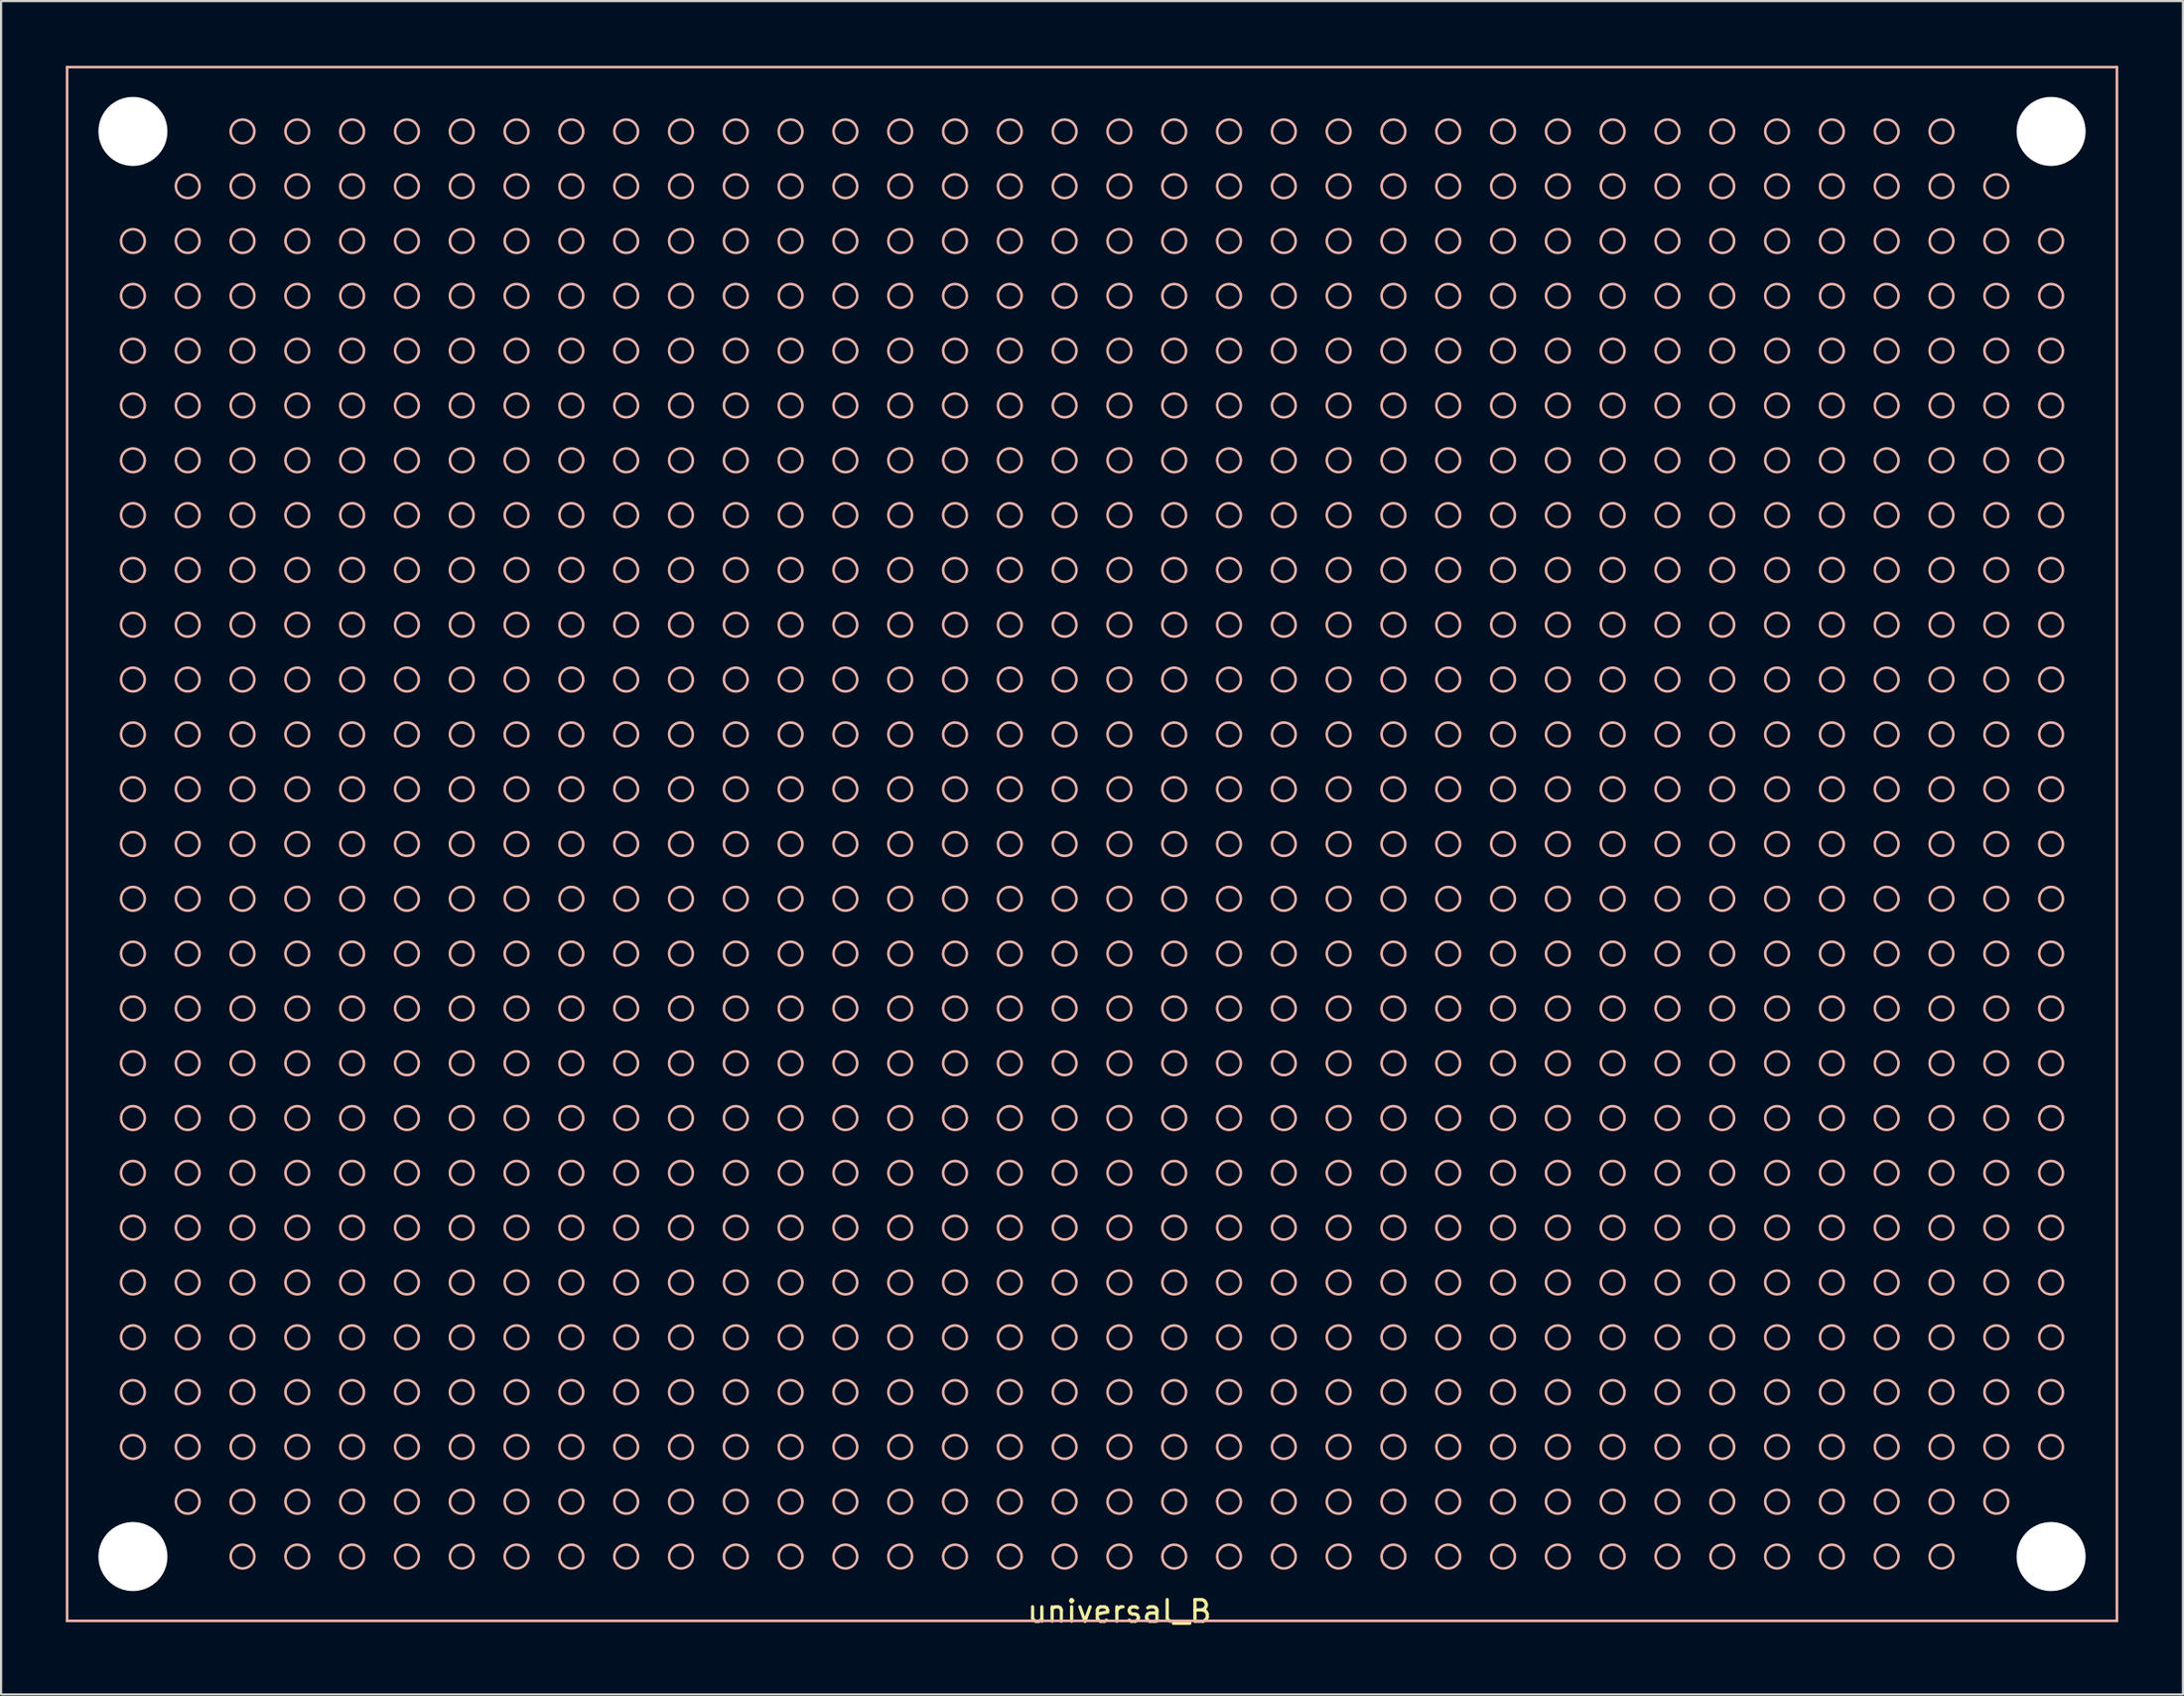
<source format=kicad_pcb>
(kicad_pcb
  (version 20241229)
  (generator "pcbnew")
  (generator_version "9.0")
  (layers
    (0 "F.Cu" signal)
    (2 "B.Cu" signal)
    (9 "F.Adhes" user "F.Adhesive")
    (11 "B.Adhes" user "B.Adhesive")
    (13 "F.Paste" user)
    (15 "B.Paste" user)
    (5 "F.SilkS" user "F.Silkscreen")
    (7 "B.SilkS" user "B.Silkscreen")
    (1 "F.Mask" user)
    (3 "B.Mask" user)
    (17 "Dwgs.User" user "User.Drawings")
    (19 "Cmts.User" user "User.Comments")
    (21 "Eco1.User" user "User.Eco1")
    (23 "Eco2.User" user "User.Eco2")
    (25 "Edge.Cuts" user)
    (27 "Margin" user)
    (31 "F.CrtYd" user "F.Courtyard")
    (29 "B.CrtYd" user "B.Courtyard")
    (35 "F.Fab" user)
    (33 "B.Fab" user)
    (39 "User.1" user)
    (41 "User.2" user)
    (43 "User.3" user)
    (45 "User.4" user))
  (footprint "universal_B"
    (layer "F.Cu")
    (at 48.83 36.06)
    (property "Reference" "universal_B" (at 0 35.56 0) (layer "F.SilkS") (effects (font (size 1 1) (thickness 0.15))))
    (attr through_hole)
    (fp_line (start -48.77 -36) (end -48.77 36) (stroke (width 0.12) (type solid)) (layer "B.SilkS"))
    (fp_line (start 46.23 -36) (end -48.77 -36) (stroke (width 0.12) (type solid)) (layer "B.SilkS"))
    (fp_line (start 46.23 -36) (end 46.23 36) (stroke (width 0.12) (type solid)) (layer "B.SilkS"))
    (fp_line (start 46.23 36) (end -48.77 36) (stroke (width 0.12) (type solid)) (layer "B.SilkS"))
    (fp_circle (center -45.72 -27.94) (end -45.17 -27.94) (stroke (width 0.12) (type solid)) (fill no) (layer "B.SilkS"))
    (fp_circle (center -45.72 -25.4) (end -45.17 -25.4) (stroke (width 0.12) (type solid)) (fill no) (layer "B.SilkS"))
    (fp_circle (center -45.72 -22.86) (end -45.17 -22.86) (stroke (width 0.12) (type solid)) (fill no) (layer "B.SilkS"))
    (fp_circle (center -45.72 -20.32) (end -45.17 -20.32) (stroke (width 0.12) (type solid)) (fill no) (layer "B.SilkS"))
    (fp_circle (center -45.72 -17.78) (end -45.17 -17.78) (stroke (width 0.12) (type solid)) (fill no) (layer "B.SilkS"))
    (fp_circle (center -45.72 -15.24) (end -45.17 -15.24) (stroke (width 0.12) (type solid)) (fill no) (layer "B.SilkS"))
    (fp_circle (center -45.72 -12.7) (end -45.17 -12.7) (stroke (width 0.12) (type solid)) (fill no) (layer "B.SilkS"))
    (fp_circle (center -45.72 -10.16) (end -45.17 -10.16) (stroke (width 0.12) (type solid)) (fill no) (layer "B.SilkS"))
    (fp_circle (center -45.72 -7.62) (end -45.17 -7.62) (stroke (width 0.12) (type solid)) (fill no) (layer "B.SilkS"))
    (fp_circle (center -45.72 -5.08) (end -45.17 -5.08) (stroke (width 0.12) (type solid)) (fill no) (layer "B.SilkS"))
    (fp_circle (center -45.72 -2.54) (end -45.17 -2.54) (stroke (width 0.12) (type solid)) (fill no) (layer "B.SilkS"))
    (fp_circle (center -45.72 0) (end -45.17 0) (stroke (width 0.12) (type solid)) (fill no) (layer "B.SilkS"))
    (fp_circle (center -45.72 2.54) (end -45.17 2.54) (stroke (width 0.12) (type solid)) (fill no) (layer "B.SilkS"))
    (fp_circle (center -45.72 5.08) (end -45.17 5.08) (stroke (width 0.12) (type solid)) (fill no) (layer "B.SilkS"))
    (fp_circle (center -45.72 7.62) (end -45.17 7.62) (stroke (width 0.12) (type solid)) (fill no) (layer "B.SilkS"))
    (fp_circle (center -45.72 10.16) (end -45.17 10.16) (stroke (width 0.12) (type solid)) (fill no) (layer "B.SilkS"))
    (fp_circle (center -45.72 12.7) (end -45.17 12.7) (stroke (width 0.12) (type solid)) (fill no) (layer "B.SilkS"))
    (fp_circle (center -45.72 15.24) (end -45.17 15.24) (stroke (width 0.12) (type solid)) (fill no) (layer "B.SilkS"))
    (fp_circle (center -45.72 17.78) (end -45.17 17.78) (stroke (width 0.12) (type solid)) (fill no) (layer "B.SilkS"))
    (fp_circle (center -45.72 20.32) (end -45.17 20.32) (stroke (width 0.12) (type solid)) (fill no) (layer "B.SilkS"))
    (fp_circle (center -45.72 22.86) (end -45.17 22.86) (stroke (width 0.12) (type solid)) (fill no) (layer "B.SilkS"))
    (fp_circle (center -45.72 25.4) (end -45.17 25.4) (stroke (width 0.12) (type solid)) (fill no) (layer "B.SilkS"))
    (fp_circle (center -45.72 27.94) (end -45.17 27.94) (stroke (width 0.12) (type solid)) (fill no) (layer "B.SilkS"))
    (fp_circle (center -43.18 -30.48) (end -42.63 -30.48) (stroke (width 0.12) (type solid)) (fill no) (layer "B.SilkS"))
    (fp_circle (center -43.18 -27.94) (end -42.63 -27.94) (stroke (width 0.12) (type solid)) (fill no) (layer "B.SilkS"))
    (fp_circle (center -43.18 -25.4) (end -42.63 -25.4) (stroke (width 0.12) (type solid)) (fill no) (layer "B.SilkS"))
    (fp_circle (center -43.18 -22.86) (end -42.63 -22.86) (stroke (width 0.12) (type solid)) (fill no) (layer "B.SilkS"))
    (fp_circle (center -43.18 -20.32) (end -42.63 -20.32) (stroke (width 0.12) (type solid)) (fill no) (layer "B.SilkS"))
    (fp_circle (center -43.18 -17.78) (end -42.63 -17.78) (stroke (width 0.12) (type solid)) (fill no) (layer "B.SilkS"))
    (fp_circle (center -43.18 -15.24) (end -42.63 -15.24) (stroke (width 0.12) (type solid)) (fill no) (layer "B.SilkS"))
    (fp_circle (center -43.18 -12.7) (end -42.63 -12.7) (stroke (width 0.12) (type solid)) (fill no) (layer "B.SilkS"))
    (fp_circle (center -43.18 -10.16) (end -42.63 -10.16) (stroke (width 0.12) (type solid)) (fill no) (layer "B.SilkS"))
    (fp_circle (center -43.18 -7.62) (end -42.63 -7.62) (stroke (width 0.12) (type solid)) (fill no) (layer "B.SilkS"))
    (fp_circle (center -43.18 -5.08) (end -42.63 -5.08) (stroke (width 0.12) (type solid)) (fill no) (layer "B.SilkS"))
    (fp_circle (center -43.18 -2.54) (end -42.63 -2.54) (stroke (width 0.12) (type solid)) (fill no) (layer "B.SilkS"))
    (fp_circle (center -43.18 0) (end -42.63 0) (stroke (width 0.12) (type solid)) (fill no) (layer "B.SilkS"))
    (fp_circle (center -43.18 2.54) (end -42.63 2.54) (stroke (width 0.12) (type solid)) (fill no) (layer "B.SilkS"))
    (fp_circle (center -43.18 5.08) (end -42.63 5.08) (stroke (width 0.12) (type solid)) (fill no) (layer "B.SilkS"))
    (fp_circle (center -43.18 7.62) (end -42.63 7.62) (stroke (width 0.12) (type solid)) (fill no) (layer "B.SilkS"))
    (fp_circle (center -43.18 10.16) (end -42.63 10.16) (stroke (width 0.12) (type solid)) (fill no) (layer "B.SilkS"))
    (fp_circle (center -43.18 12.7) (end -42.63 12.7) (stroke (width 0.12) (type solid)) (fill no) (layer "B.SilkS"))
    (fp_circle (center -43.18 15.24) (end -42.63 15.24) (stroke (width 0.12) (type solid)) (fill no) (layer "B.SilkS"))
    (fp_circle (center -43.18 17.78) (end -42.63 17.78) (stroke (width 0.12) (type solid)) (fill no) (layer "B.SilkS"))
    (fp_circle (center -43.18 20.32) (end -42.63 20.32) (stroke (width 0.12) (type solid)) (fill no) (layer "B.SilkS"))
    (fp_circle (center -43.18 22.86) (end -42.63 22.86) (stroke (width 0.12) (type solid)) (fill no) (layer "B.SilkS"))
    (fp_circle (center -43.18 25.4) (end -42.63 25.4) (stroke (width 0.12) (type solid)) (fill no) (layer "B.SilkS"))
    (fp_circle (center -43.18 27.94) (end -42.63 27.94) (stroke (width 0.12) (type solid)) (fill no) (layer "B.SilkS"))
    (fp_circle (center -43.18 30.48) (end -42.63 30.48) (stroke (width 0.12) (type solid)) (fill no) (layer "B.SilkS"))
    (fp_circle (center -40.64 -33.02) (end -40.09 -33.02) (stroke (width 0.12) (type solid)) (fill no) (layer "B.SilkS"))
    (fp_circle (center -40.64 -30.48) (end -40.09 -30.48) (stroke (width 0.12) (type solid)) (fill no) (layer "B.SilkS"))
    (fp_circle (center -40.64 -27.94) (end -40.09 -27.94) (stroke (width 0.12) (type solid)) (fill no) (layer "B.SilkS"))
    (fp_circle (center -40.64 -25.4) (end -40.09 -25.4) (stroke (width 0.12) (type solid)) (fill no) (layer "B.SilkS"))
    (fp_circle (center -40.64 -22.86) (end -40.09 -22.86) (stroke (width 0.12) (type solid)) (fill no) (layer "B.SilkS"))
    (fp_circle (center -40.64 -20.32) (end -40.09 -20.32) (stroke (width 0.12) (type solid)) (fill no) (layer "B.SilkS"))
    (fp_circle (center -40.64 -17.78) (end -40.09 -17.78) (stroke (width 0.12) (type solid)) (fill no) (layer "B.SilkS"))
    (fp_circle (center -40.64 -15.24) (end -40.09 -15.24) (stroke (width 0.12) (type solid)) (fill no) (layer "B.SilkS"))
    (fp_circle (center -40.64 -12.7) (end -40.09 -12.7) (stroke (width 0.12) (type solid)) (fill no) (layer "B.SilkS"))
    (fp_circle (center -40.64 -10.16) (end -40.09 -10.16) (stroke (width 0.12) (type solid)) (fill no) (layer "B.SilkS"))
    (fp_circle (center -40.64 -7.62) (end -40.09 -7.62) (stroke (width 0.12) (type solid)) (fill no) (layer "B.SilkS"))
    (fp_circle (center -40.64 -5.08) (end -40.09 -5.08) (stroke (width 0.12) (type solid)) (fill no) (layer "B.SilkS"))
    (fp_circle (center -40.64 -2.54) (end -40.09 -2.54) (stroke (width 0.12) (type solid)) (fill no) (layer "B.SilkS"))
    (fp_circle (center -40.64 0) (end -40.09 0) (stroke (width 0.12) (type solid)) (fill no) (layer "B.SilkS"))
    (fp_circle (center -40.64 2.54) (end -40.09 2.54) (stroke (width 0.12) (type solid)) (fill no) (layer "B.SilkS"))
    (fp_circle (center -40.64 5.08) (end -40.09 5.08) (stroke (width 0.12) (type solid)) (fill no) (layer "B.SilkS"))
    (fp_circle (center -40.64 7.62) (end -40.09 7.62) (stroke (width 0.12) (type solid)) (fill no) (layer "B.SilkS"))
    (fp_circle (center -40.64 10.16) (end -40.09 10.16) (stroke (width 0.12) (type solid)) (fill no) (layer "B.SilkS"))
    (fp_circle (center -40.64 12.7) (end -40.09 12.7) (stroke (width 0.12) (type solid)) (fill no) (layer "B.SilkS"))
    (fp_circle (center -40.64 15.24) (end -40.09 15.24) (stroke (width 0.12) (type solid)) (fill no) (layer "B.SilkS"))
    (fp_circle (center -40.64 17.78) (end -40.09 17.78) (stroke (width 0.12) (type solid)) (fill no) (layer "B.SilkS"))
    (fp_circle (center -40.64 20.32) (end -40.09 20.32) (stroke (width 0.12) (type solid)) (fill no) (layer "B.SilkS"))
    (fp_circle (center -40.64 22.86) (end -40.09 22.86) (stroke (width 0.12) (type solid)) (fill no) (layer "B.SilkS"))
    (fp_circle (center -40.64 25.4) (end -40.09 25.4) (stroke (width 0.12) (type solid)) (fill no) (layer "B.SilkS"))
    (fp_circle (center -40.64 27.94) (end -40.09 27.94) (stroke (width 0.12) (type solid)) (fill no) (layer "B.SilkS"))
    (fp_circle (center -40.64 30.48) (end -40.09 30.48) (stroke (width 0.12) (type solid)) (fill no) (layer "B.SilkS"))
    (fp_circle (center -40.64 33.02) (end -40.09 33.02) (stroke (width 0.12) (type solid)) (fill no) (layer "B.SilkS"))
    (fp_circle (center -38.1 -33.02) (end -37.55 -33.02) (stroke (width 0.12) (type solid)) (fill no) (layer "B.SilkS"))
    (fp_circle (center -38.1 -30.48) (end -37.55 -30.48) (stroke (width 0.12) (type solid)) (fill no) (layer "B.SilkS"))
    (fp_circle (center -38.1 -27.94) (end -37.55 -27.94) (stroke (width 0.12) (type solid)) (fill no) (layer "B.SilkS"))
    (fp_circle (center -38.1 -25.4) (end -37.55 -25.4) (stroke (width 0.12) (type solid)) (fill no) (layer "B.SilkS"))
    (fp_circle (center -38.1 -22.86) (end -37.55 -22.86) (stroke (width 0.12) (type solid)) (fill no) (layer "B.SilkS"))
    (fp_circle (center -38.1 -20.32) (end -37.55 -20.32) (stroke (width 0.12) (type solid)) (fill no) (layer "B.SilkS"))
    (fp_circle (center -38.1 -17.78) (end -37.55 -17.78) (stroke (width 0.12) (type solid)) (fill no) (layer "B.SilkS"))
    (fp_circle (center -38.1 -15.24) (end -37.55 -15.24) (stroke (width 0.12) (type solid)) (fill no) (layer "B.SilkS"))
    (fp_circle (center -38.1 -12.7) (end -37.55 -12.7) (stroke (width 0.12) (type solid)) (fill no) (layer "B.SilkS"))
    (fp_circle (center -38.1 -10.16) (end -37.55 -10.16) (stroke (width 0.12) (type solid)) (fill no) (layer "B.SilkS"))
    (fp_circle (center -38.1 -7.62) (end -37.55 -7.62) (stroke (width 0.12) (type solid)) (fill no) (layer "B.SilkS"))
    (fp_circle (center -38.1 -5.08) (end -37.55 -5.08) (stroke (width 0.12) (type solid)) (fill no) (layer "B.SilkS"))
    (fp_circle (center -38.1 -2.54) (end -37.55 -2.54) (stroke (width 0.12) (type solid)) (fill no) (layer "B.SilkS"))
    (fp_circle (center -38.1 0) (end -37.55 0) (stroke (width 0.12) (type solid)) (fill no) (layer "B.SilkS"))
    (fp_circle (center -38.1 2.54) (end -37.55 2.54) (stroke (width 0.12) (type solid)) (fill no) (layer "B.SilkS"))
    (fp_circle (center -38.1 5.08) (end -37.55 5.08) (stroke (width 0.12) (type solid)) (fill no) (layer "B.SilkS"))
    (fp_circle (center -38.1 7.62) (end -37.55 7.62) (stroke (width 0.12) (type solid)) (fill no) (layer "B.SilkS"))
    (fp_circle (center -38.1 10.16) (end -37.55 10.16) (stroke (width 0.12) (type solid)) (fill no) (layer "B.SilkS"))
    (fp_circle (center -38.1 12.7) (end -37.55 12.7) (stroke (width 0.12) (type solid)) (fill no) (layer "B.SilkS"))
    (fp_circle (center -38.1 15.24) (end -37.55 15.24) (stroke (width 0.12) (type solid)) (fill no) (layer "B.SilkS"))
    (fp_circle (center -38.1 17.78) (end -37.55 17.78) (stroke (width 0.12) (type solid)) (fill no) (layer "B.SilkS"))
    (fp_circle (center -38.1 20.32) (end -37.55 20.32) (stroke (width 0.12) (type solid)) (fill no) (layer "B.SilkS"))
    (fp_circle (center -38.1 22.86) (end -37.55 22.86) (stroke (width 0.12) (type solid)) (fill no) (layer "B.SilkS"))
    (fp_circle (center -38.1 25.4) (end -37.55 25.4) (stroke (width 0.12) (type solid)) (fill no) (layer "B.SilkS"))
    (fp_circle (center -38.1 27.94) (end -37.55 27.94) (stroke (width 0.12) (type solid)) (fill no) (layer "B.SilkS"))
    (fp_circle (center -38.1 30.48) (end -37.55 30.48) (stroke (width 0.12) (type solid)) (fill no) (layer "B.SilkS"))
    (fp_circle (center -38.1 33.02) (end -37.55 33.02) (stroke (width 0.12) (type solid)) (fill no) (layer "B.SilkS"))
    (fp_circle (center -35.56 -33.02) (end -35.01 -33.02) (stroke (width 0.12) (type solid)) (fill no) (layer "B.SilkS"))
    (fp_circle (center -35.56 -30.48) (end -35.01 -30.48) (stroke (width 0.12) (type solid)) (fill no) (layer "B.SilkS"))
    (fp_circle (center -35.56 -27.94) (end -35.01 -27.94) (stroke (width 0.12) (type solid)) (fill no) (layer "B.SilkS"))
    (fp_circle (center -35.56 -25.4) (end -35.01 -25.4) (stroke (width 0.12) (type solid)) (fill no) (layer "B.SilkS"))
    (fp_circle (center -35.56 -22.86) (end -35.01 -22.86) (stroke (width 0.12) (type solid)) (fill no) (layer "B.SilkS"))
    (fp_circle (center -35.56 -20.32) (end -35.01 -20.32) (stroke (width 0.12) (type solid)) (fill no) (layer "B.SilkS"))
    (fp_circle (center -35.56 -17.78) (end -35.01 -17.78) (stroke (width 0.12) (type solid)) (fill no) (layer "B.SilkS"))
    (fp_circle (center -35.56 -15.24) (end -35.01 -15.24) (stroke (width 0.12) (type solid)) (fill no) (layer "B.SilkS"))
    (fp_circle (center -35.56 -12.7) (end -35.01 -12.7) (stroke (width 0.12) (type solid)) (fill no) (layer "B.SilkS"))
    (fp_circle (center -35.56 -10.16) (end -35.01 -10.16) (stroke (width 0.12) (type solid)) (fill no) (layer "B.SilkS"))
    (fp_circle (center -35.56 -7.62) (end -35.01 -7.62) (stroke (width 0.12) (type solid)) (fill no) (layer "B.SilkS"))
    (fp_circle (center -35.56 -5.08) (end -35.01 -5.08) (stroke (width 0.12) (type solid)) (fill no) (layer "B.SilkS"))
    (fp_circle (center -35.56 -2.54) (end -35.01 -2.54) (stroke (width 0.12) (type solid)) (fill no) (layer "B.SilkS"))
    (fp_circle (center -35.56 0) (end -35.01 0) (stroke (width 0.12) (type solid)) (fill no) (layer "B.SilkS"))
    (fp_circle (center -35.56 2.54) (end -35.01 2.54) (stroke (width 0.12) (type solid)) (fill no) (layer "B.SilkS"))
    (fp_circle (center -35.56 5.08) (end -35.01 5.08) (stroke (width 0.12) (type solid)) (fill no) (layer "B.SilkS"))
    (fp_circle (center -35.56 7.62) (end -35.01 7.62) (stroke (width 0.12) (type solid)) (fill no) (layer "B.SilkS"))
    (fp_circle (center -35.56 10.16) (end -35.01 10.16) (stroke (width 0.12) (type solid)) (fill no) (layer "B.SilkS"))
    (fp_circle (center -35.56 12.7) (end -35.01 12.7) (stroke (width 0.12) (type solid)) (fill no) (layer "B.SilkS"))
    (fp_circle (center -35.56 15.24) (end -35.01 15.24) (stroke (width 0.12) (type solid)) (fill no) (layer "B.SilkS"))
    (fp_circle (center -35.56 17.78) (end -35.01 17.78) (stroke (width 0.12) (type solid)) (fill no) (layer "B.SilkS"))
    (fp_circle (center -35.56 20.32) (end -35.01 20.32) (stroke (width 0.12) (type solid)) (fill no) (layer "B.SilkS"))
    (fp_circle (center -35.56 22.86) (end -35.01 22.86) (stroke (width 0.12) (type solid)) (fill no) (layer "B.SilkS"))
    (fp_circle (center -35.56 25.4) (end -35.01 25.4) (stroke (width 0.12) (type solid)) (fill no) (layer "B.SilkS"))
    (fp_circle (center -35.56 27.94) (end -35.01 27.94) (stroke (width 0.12) (type solid)) (fill no) (layer "B.SilkS"))
    (fp_circle (center -35.56 30.48) (end -35.01 30.48) (stroke (width 0.12) (type solid)) (fill no) (layer "B.SilkS"))
    (fp_circle (center -35.56 33.02) (end -35.01 33.02) (stroke (width 0.12) (type solid)) (fill no) (layer "B.SilkS"))
    (fp_circle (center -33.02 -33.02) (end -32.47 -33.02) (stroke (width 0.12) (type solid)) (fill no) (layer "B.SilkS"))
    (fp_circle (center -33.02 -30.48) (end -32.47 -30.48) (stroke (width 0.12) (type solid)) (fill no) (layer "B.SilkS"))
    (fp_circle (center -33.02 -27.94) (end -32.47 -27.94) (stroke (width 0.12) (type solid)) (fill no) (layer "B.SilkS"))
    (fp_circle (center -33.02 -25.4) (end -32.47 -25.4) (stroke (width 0.12) (type solid)) (fill no) (layer "B.SilkS"))
    (fp_circle (center -33.02 -22.86) (end -32.47 -22.86) (stroke (width 0.12) (type solid)) (fill no) (layer "B.SilkS"))
    (fp_circle (center -33.02 -20.32) (end -32.47 -20.32) (stroke (width 0.12) (type solid)) (fill no) (layer "B.SilkS"))
    (fp_circle (center -33.02 -17.78) (end -32.47 -17.78) (stroke (width 0.12) (type solid)) (fill no) (layer "B.SilkS"))
    (fp_circle (center -33.02 -15.24) (end -32.47 -15.24) (stroke (width 0.12) (type solid)) (fill no) (layer "B.SilkS"))
    (fp_circle (center -33.02 -12.7) (end -32.47 -12.7) (stroke (width 0.12) (type solid)) (fill no) (layer "B.SilkS"))
    (fp_circle (center -33.02 -10.16) (end -32.47 -10.16) (stroke (width 0.12) (type solid)) (fill no) (layer "B.SilkS"))
    (fp_circle (center -33.02 -7.62) (end -32.47 -7.62) (stroke (width 0.12) (type solid)) (fill no) (layer "B.SilkS"))
    (fp_circle (center -33.02 -5.08) (end -32.47 -5.08) (stroke (width 0.12) (type solid)) (fill no) (layer "B.SilkS"))
    (fp_circle (center -33.02 -2.54) (end -32.47 -2.54) (stroke (width 0.12) (type solid)) (fill no) (layer "B.SilkS"))
    (fp_circle (center -33.02 0) (end -32.47 0) (stroke (width 0.12) (type solid)) (fill no) (layer "B.SilkS"))
    (fp_circle (center -33.02 2.54) (end -32.47 2.54) (stroke (width 0.12) (type solid)) (fill no) (layer "B.SilkS"))
    (fp_circle (center -33.02 5.08) (end -32.47 5.08) (stroke (width 0.12) (type solid)) (fill no) (layer "B.SilkS"))
    (fp_circle (center -33.02 7.62) (end -32.47 7.62) (stroke (width 0.12) (type solid)) (fill no) (layer "B.SilkS"))
    (fp_circle (center -33.02 10.16) (end -32.47 10.16) (stroke (width 0.12) (type solid)) (fill no) (layer "B.SilkS"))
    (fp_circle (center -33.02 12.7) (end -32.47 12.7) (stroke (width 0.12) (type solid)) (fill no) (layer "B.SilkS"))
    (fp_circle (center -33.02 15.24) (end -32.47 15.24) (stroke (width 0.12) (type solid)) (fill no) (layer "B.SilkS"))
    (fp_circle (center -33.02 17.78) (end -32.47 17.78) (stroke (width 0.12) (type solid)) (fill no) (layer "B.SilkS"))
    (fp_circle (center -33.02 20.32) (end -32.47 20.32) (stroke (width 0.12) (type solid)) (fill no) (layer "B.SilkS"))
    (fp_circle (center -33.02 22.86) (end -32.47 22.86) (stroke (width 0.12) (type solid)) (fill no) (layer "B.SilkS"))
    (fp_circle (center -33.02 25.4) (end -32.47 25.4) (stroke (width 0.12) (type solid)) (fill no) (layer "B.SilkS"))
    (fp_circle (center -33.02 27.94) (end -32.47 27.94) (stroke (width 0.12) (type solid)) (fill no) (layer "B.SilkS"))
    (fp_circle (center -33.02 30.48) (end -32.47 30.48) (stroke (width 0.12) (type solid)) (fill no) (layer "B.SilkS"))
    (fp_circle (center -33.02 33.02) (end -32.47 33.02) (stroke (width 0.12) (type solid)) (fill no) (layer "B.SilkS"))
    (fp_circle (center -30.48 -33.02) (end -29.93 -33.02) (stroke (width 0.12) (type solid)) (fill no) (layer "B.SilkS"))
    (fp_circle (center -30.48 -30.48) (end -29.93 -30.48) (stroke (width 0.12) (type solid)) (fill no) (layer "B.SilkS"))
    (fp_circle (center -30.48 -27.94) (end -29.93 -27.94) (stroke (width 0.12) (type solid)) (fill no) (layer "B.SilkS"))
    (fp_circle (center -30.48 -25.4) (end -29.93 -25.4) (stroke (width 0.12) (type solid)) (fill no) (layer "B.SilkS"))
    (fp_circle (center -30.48 -22.86) (end -29.93 -22.86) (stroke (width 0.12) (type solid)) (fill no) (layer "B.SilkS"))
    (fp_circle (center -30.48 -20.32) (end -29.93 -20.32) (stroke (width 0.12) (type solid)) (fill no) (layer "B.SilkS"))
    (fp_circle (center -30.48 -17.78) (end -29.93 -17.78) (stroke (width 0.12) (type solid)) (fill no) (layer "B.SilkS"))
    (fp_circle (center -30.48 -15.24) (end -29.93 -15.24) (stroke (width 0.12) (type solid)) (fill no) (layer "B.SilkS"))
    (fp_circle (center -30.48 -12.7) (end -29.93 -12.7) (stroke (width 0.12) (type solid)) (fill no) (layer "B.SilkS"))
    (fp_circle (center -30.48 -10.16) (end -29.93 -10.16) (stroke (width 0.12) (type solid)) (fill no) (layer "B.SilkS"))
    (fp_circle (center -30.48 -7.62) (end -29.93 -7.62) (stroke (width 0.12) (type solid)) (fill no) (layer "B.SilkS"))
    (fp_circle (center -30.48 -5.08) (end -29.93 -5.08) (stroke (width 0.12) (type solid)) (fill no) (layer "B.SilkS"))
    (fp_circle (center -30.48 -2.54) (end -29.93 -2.54) (stroke (width 0.12) (type solid)) (fill no) (layer "B.SilkS"))
    (fp_circle (center -30.48 0) (end -29.93 0) (stroke (width 0.12) (type solid)) (fill no) (layer "B.SilkS"))
    (fp_circle (center -30.48 2.54) (end -29.93 2.54) (stroke (width 0.12) (type solid)) (fill no) (layer "B.SilkS"))
    (fp_circle (center -30.48 5.08) (end -29.93 5.08) (stroke (width 0.12) (type solid)) (fill no) (layer "B.SilkS"))
    (fp_circle (center -30.48 7.62) (end -29.93 7.62) (stroke (width 0.12) (type solid)) (fill no) (layer "B.SilkS"))
    (fp_circle (center -30.48 10.16) (end -29.93 10.16) (stroke (width 0.12) (type solid)) (fill no) (layer "B.SilkS"))
    (fp_circle (center -30.48 12.7) (end -29.93 12.7) (stroke (width 0.12) (type solid)) (fill no) (layer "B.SilkS"))
    (fp_circle (center -30.48 15.24) (end -29.93 15.24) (stroke (width 0.12) (type solid)) (fill no) (layer "B.SilkS"))
    (fp_circle (center -30.48 17.78) (end -29.93 17.78) (stroke (width 0.12) (type solid)) (fill no) (layer "B.SilkS"))
    (fp_circle (center -30.48 20.32) (end -29.93 20.32) (stroke (width 0.12) (type solid)) (fill no) (layer "B.SilkS"))
    (fp_circle (center -30.48 22.86) (end -29.93 22.86) (stroke (width 0.12) (type solid)) (fill no) (layer "B.SilkS"))
    (fp_circle (center -30.48 25.4) (end -29.93 25.4) (stroke (width 0.12) (type solid)) (fill no) (layer "B.SilkS"))
    (fp_circle (center -30.48 27.94) (end -29.93 27.94) (stroke (width 0.12) (type solid)) (fill no) (layer "B.SilkS"))
    (fp_circle (center -30.48 30.48) (end -29.93 30.48) (stroke (width 0.12) (type solid)) (fill no) (layer "B.SilkS"))
    (fp_circle (center -30.48 33.02) (end -29.93 33.02) (stroke (width 0.12) (type solid)) (fill no) (layer "B.SilkS"))
    (fp_circle (center -27.94 -33.02) (end -27.39 -33.02) (stroke (width 0.12) (type solid)) (fill no) (layer "B.SilkS"))
    (fp_circle (center -27.94 -30.48) (end -27.39 -30.48) (stroke (width 0.12) (type solid)) (fill no) (layer "B.SilkS"))
    (fp_circle (center -27.94 -27.94) (end -27.39 -27.94) (stroke (width 0.12) (type solid)) (fill no) (layer "B.SilkS"))
    (fp_circle (center -27.94 -25.4) (end -27.39 -25.4) (stroke (width 0.12) (type solid)) (fill no) (layer "B.SilkS"))
    (fp_circle (center -27.94 -22.86) (end -27.39 -22.86) (stroke (width 0.12) (type solid)) (fill no) (layer "B.SilkS"))
    (fp_circle (center -27.94 -20.32) (end -27.39 -20.32) (stroke (width 0.12) (type solid)) (fill no) (layer "B.SilkS"))
    (fp_circle (center -27.94 -17.78) (end -27.39 -17.78) (stroke (width 0.12) (type solid)) (fill no) (layer "B.SilkS"))
    (fp_circle (center -27.94 -15.24) (end -27.39 -15.24) (stroke (width 0.12) (type solid)) (fill no) (layer "B.SilkS"))
    (fp_circle (center -27.94 -12.7) (end -27.39 -12.7) (stroke (width 0.12) (type solid)) (fill no) (layer "B.SilkS"))
    (fp_circle (center -27.94 -10.16) (end -27.39 -10.16) (stroke (width 0.12) (type solid)) (fill no) (layer "B.SilkS"))
    (fp_circle (center -27.94 -7.62) (end -27.39 -7.62) (stroke (width 0.12) (type solid)) (fill no) (layer "B.SilkS"))
    (fp_circle (center -27.94 -5.08) (end -27.39 -5.08) (stroke (width 0.12) (type solid)) (fill no) (layer "B.SilkS"))
    (fp_circle (center -27.94 -2.54) (end -27.39 -2.54) (stroke (width 0.12) (type solid)) (fill no) (layer "B.SilkS"))
    (fp_circle (center -27.94 0) (end -27.39 0) (stroke (width 0.12) (type solid)) (fill no) (layer "B.SilkS"))
    (fp_circle (center -27.94 2.54) (end -27.39 2.54) (stroke (width 0.12) (type solid)) (fill no) (layer "B.SilkS"))
    (fp_circle (center -27.94 5.08) (end -27.39 5.08) (stroke (width 0.12) (type solid)) (fill no) (layer "B.SilkS"))
    (fp_circle (center -27.94 7.62) (end -27.39 7.62) (stroke (width 0.12) (type solid)) (fill no) (layer "B.SilkS"))
    (fp_circle (center -27.94 10.16) (end -27.39 10.16) (stroke (width 0.12) (type solid)) (fill no) (layer "B.SilkS"))
    (fp_circle (center -27.94 12.7) (end -27.39 12.7) (stroke (width 0.12) (type solid)) (fill no) (layer "B.SilkS"))
    (fp_circle (center -27.94 15.24) (end -27.39 15.24) (stroke (width 0.12) (type solid)) (fill no) (layer "B.SilkS"))
    (fp_circle (center -27.94 17.78) (end -27.39 17.78) (stroke (width 0.12) (type solid)) (fill no) (layer "B.SilkS"))
    (fp_circle (center -27.94 20.32) (end -27.39 20.32) (stroke (width 0.12) (type solid)) (fill no) (layer "B.SilkS"))
    (fp_circle (center -27.94 22.86) (end -27.39 22.86) (stroke (width 0.12) (type solid)) (fill no) (layer "B.SilkS"))
    (fp_circle (center -27.94 25.4) (end -27.39 25.4) (stroke (width 0.12) (type solid)) (fill no) (layer "B.SilkS"))
    (fp_circle (center -27.94 27.94) (end -27.39 27.94) (stroke (width 0.12) (type solid)) (fill no) (layer "B.SilkS"))
    (fp_circle (center -27.94 30.48) (end -27.39 30.48) (stroke (width 0.12) (type solid)) (fill no) (layer "B.SilkS"))
    (fp_circle (center -27.94 33.02) (end -27.39 33.02) (stroke (width 0.12) (type solid)) (fill no) (layer "B.SilkS"))
    (fp_circle (center -25.4 -33.02) (end -24.85 -33.02) (stroke (width 0.12) (type solid)) (fill no) (layer "B.SilkS"))
    (fp_circle (center -25.4 -30.48) (end -24.85 -30.48) (stroke (width 0.12) (type solid)) (fill no) (layer "B.SilkS"))
    (fp_circle (center -25.4 -27.94) (end -24.85 -27.94) (stroke (width 0.12) (type solid)) (fill no) (layer "B.SilkS"))
    (fp_circle (center -25.4 -25.4) (end -24.85 -25.4) (stroke (width 0.12) (type solid)) (fill no) (layer "B.SilkS"))
    (fp_circle (center -25.4 -22.86) (end -24.85 -22.86) (stroke (width 0.12) (type solid)) (fill no) (layer "B.SilkS"))
    (fp_circle (center -25.4 -20.32) (end -24.85 -20.32) (stroke (width 0.12) (type solid)) (fill no) (layer "B.SilkS"))
    (fp_circle (center -25.4 -17.78) (end -24.85 -17.78) (stroke (width 0.12) (type solid)) (fill no) (layer "B.SilkS"))
    (fp_circle (center -25.4 -15.24) (end -24.85 -15.24) (stroke (width 0.12) (type solid)) (fill no) (layer "B.SilkS"))
    (fp_circle (center -25.4 -12.7) (end -24.85 -12.7) (stroke (width 0.12) (type solid)) (fill no) (layer "B.SilkS"))
    (fp_circle (center -25.4 -10.16) (end -24.85 -10.16) (stroke (width 0.12) (type solid)) (fill no) (layer "B.SilkS"))
    (fp_circle (center -25.4 -7.62) (end -24.85 -7.62) (stroke (width 0.12) (type solid)) (fill no) (layer "B.SilkS"))
    (fp_circle (center -25.4 -5.08) (end -24.85 -5.08) (stroke (width 0.12) (type solid)) (fill no) (layer "B.SilkS"))
    (fp_circle (center -25.4 -2.54) (end -24.85 -2.54) (stroke (width 0.12) (type solid)) (fill no) (layer "B.SilkS"))
    (fp_circle (center -25.4 0) (end -24.85 0) (stroke (width 0.12) (type solid)) (fill no) (layer "B.SilkS"))
    (fp_circle (center -25.4 2.54) (end -24.85 2.54) (stroke (width 0.12) (type solid)) (fill no) (layer "B.SilkS"))
    (fp_circle (center -25.4 5.08) (end -24.85 5.08) (stroke (width 0.12) (type solid)) (fill no) (layer "B.SilkS"))
    (fp_circle (center -25.4 7.62) (end -24.85 7.62) (stroke (width 0.12) (type solid)) (fill no) (layer "B.SilkS"))
    (fp_circle (center -25.4 10.16) (end -24.85 10.16) (stroke (width 0.12) (type solid)) (fill no) (layer "B.SilkS"))
    (fp_circle (center -25.4 12.7) (end -24.85 12.7) (stroke (width 0.12) (type solid)) (fill no) (layer "B.SilkS"))
    (fp_circle (center -25.4 15.24) (end -24.85 15.24) (stroke (width 0.12) (type solid)) (fill no) (layer "B.SilkS"))
    (fp_circle (center -25.4 17.78) (end -24.85 17.78) (stroke (width 0.12) (type solid)) (fill no) (layer "B.SilkS"))
    (fp_circle (center -25.4 20.32) (end -24.85 20.32) (stroke (width 0.12) (type solid)) (fill no) (layer "B.SilkS"))
    (fp_circle (center -25.4 22.86) (end -24.85 22.86) (stroke (width 0.12) (type solid)) (fill no) (layer "B.SilkS"))
    (fp_circle (center -25.4 25.4) (end -24.85 25.4) (stroke (width 0.12) (type solid)) (fill no) (layer "B.SilkS"))
    (fp_circle (center -25.4 27.94) (end -24.85 27.94) (stroke (width 0.12) (type solid)) (fill no) (layer "B.SilkS"))
    (fp_circle (center -25.4 30.48) (end -24.85 30.48) (stroke (width 0.12) (type solid)) (fill no) (layer "B.SilkS"))
    (fp_circle (center -25.4 33.02) (end -24.85 33.02) (stroke (width 0.12) (type solid)) (fill no) (layer "B.SilkS"))
    (fp_circle (center -22.86 -33.02) (end -22.31 -33.02) (stroke (width 0.12) (type solid)) (fill no) (layer "B.SilkS"))
    (fp_circle (center -22.86 -30.48) (end -22.31 -30.48) (stroke (width 0.12) (type solid)) (fill no) (layer "B.SilkS"))
    (fp_circle (center -22.86 -27.94) (end -22.31 -27.94) (stroke (width 0.12) (type solid)) (fill no) (layer "B.SilkS"))
    (fp_circle (center -22.86 -25.4) (end -22.31 -25.4) (stroke (width 0.12) (type solid)) (fill no) (layer "B.SilkS"))
    (fp_circle (center -22.86 -22.86) (end -22.31 -22.86) (stroke (width 0.12) (type solid)) (fill no) (layer "B.SilkS"))
    (fp_circle (center -22.86 -20.32) (end -22.31 -20.32) (stroke (width 0.12) (type solid)) (fill no) (layer "B.SilkS"))
    (fp_circle (center -22.86 -17.78) (end -22.31 -17.78) (stroke (width 0.12) (type solid)) (fill no) (layer "B.SilkS"))
    (fp_circle (center -22.86 -15.24) (end -22.31 -15.24) (stroke (width 0.12) (type solid)) (fill no) (layer "B.SilkS"))
    (fp_circle (center -22.86 -12.7) (end -22.31 -12.7) (stroke (width 0.12) (type solid)) (fill no) (layer "B.SilkS"))
    (fp_circle (center -22.86 -10.16) (end -22.31 -10.16) (stroke (width 0.12) (type solid)) (fill no) (layer "B.SilkS"))
    (fp_circle (center -22.86 -7.62) (end -22.31 -7.62) (stroke (width 0.12) (type solid)) (fill no) (layer "B.SilkS"))
    (fp_circle (center -22.86 -5.08) (end -22.31 -5.08) (stroke (width 0.12) (type solid)) (fill no) (layer "B.SilkS"))
    (fp_circle (center -22.86 -2.54) (end -22.31 -2.54) (stroke (width 0.12) (type solid)) (fill no) (layer "B.SilkS"))
    (fp_circle (center -22.86 0) (end -22.31 0) (stroke (width 0.12) (type solid)) (fill no) (layer "B.SilkS"))
    (fp_circle (center -22.86 2.54) (end -22.31 2.54) (stroke (width 0.12) (type solid)) (fill no) (layer "B.SilkS"))
    (fp_circle (center -22.86 5.08) (end -22.31 5.08) (stroke (width 0.12) (type solid)) (fill no) (layer "B.SilkS"))
    (fp_circle (center -22.86 7.62) (end -22.31 7.62) (stroke (width 0.12) (type solid)) (fill no) (layer "B.SilkS"))
    (fp_circle (center -22.86 10.16) (end -22.31 10.16) (stroke (width 0.12) (type solid)) (fill no) (layer "B.SilkS"))
    (fp_circle (center -22.86 12.7) (end -22.31 12.7) (stroke (width 0.12) (type solid)) (fill no) (layer "B.SilkS"))
    (fp_circle (center -22.86 15.24) (end -22.31 15.24) (stroke (width 0.12) (type solid)) (fill no) (layer "B.SilkS"))
    (fp_circle (center -22.86 17.78) (end -22.31 17.78) (stroke (width 0.12) (type solid)) (fill no) (layer "B.SilkS"))
    (fp_circle (center -22.86 20.32) (end -22.31 20.32) (stroke (width 0.12) (type solid)) (fill no) (layer "B.SilkS"))
    (fp_circle (center -22.86 22.86) (end -22.31 22.86) (stroke (width 0.12) (type solid)) (fill no) (layer "B.SilkS"))
    (fp_circle (center -22.86 25.4) (end -22.31 25.4) (stroke (width 0.12) (type solid)) (fill no) (layer "B.SilkS"))
    (fp_circle (center -22.86 27.94) (end -22.31 27.94) (stroke (width 0.12) (type solid)) (fill no) (layer "B.SilkS"))
    (fp_circle (center -22.86 30.48) (end -22.31 30.48) (stroke (width 0.12) (type solid)) (fill no) (layer "B.SilkS"))
    (fp_circle (center -22.86 33.02) (end -22.31 33.02) (stroke (width 0.12) (type solid)) (fill no) (layer "B.SilkS"))
    (fp_circle (center -20.32 -33.02) (end -19.77 -33.02) (stroke (width 0.12) (type solid)) (fill no) (layer "B.SilkS"))
    (fp_circle (center -20.32 -30.48) (end -19.77 -30.48) (stroke (width 0.12) (type solid)) (fill no) (layer "B.SilkS"))
    (fp_circle (center -20.32 -27.94) (end -19.77 -27.94) (stroke (width 0.12) (type solid)) (fill no) (layer "B.SilkS"))
    (fp_circle (center -20.32 -25.4) (end -19.77 -25.4) (stroke (width 0.12) (type solid)) (fill no) (layer "B.SilkS"))
    (fp_circle (center -20.32 -22.86) (end -19.77 -22.86) (stroke (width 0.12) (type solid)) (fill no) (layer "B.SilkS"))
    (fp_circle (center -20.32 -20.32) (end -19.77 -20.32) (stroke (width 0.12) (type solid)) (fill no) (layer "B.SilkS"))
    (fp_circle (center -20.32 -17.78) (end -19.77 -17.78) (stroke (width 0.12) (type solid)) (fill no) (layer "B.SilkS"))
    (fp_circle (center -20.32 -15.24) (end -19.77 -15.24) (stroke (width 0.12) (type solid)) (fill no) (layer "B.SilkS"))
    (fp_circle (center -20.32 -12.7) (end -19.77 -12.7) (stroke (width 0.12) (type solid)) (fill no) (layer "B.SilkS"))
    (fp_circle (center -20.32 -10.16) (end -19.77 -10.16) (stroke (width 0.12) (type solid)) (fill no) (layer "B.SilkS"))
    (fp_circle (center -20.32 -7.62) (end -19.77 -7.62) (stroke (width 0.12) (type solid)) (fill no) (layer "B.SilkS"))
    (fp_circle (center -20.32 -5.08) (end -19.77 -5.08) (stroke (width 0.12) (type solid)) (fill no) (layer "B.SilkS"))
    (fp_circle (center -20.32 -2.54) (end -19.77 -2.54) (stroke (width 0.12) (type solid)) (fill no) (layer "B.SilkS"))
    (fp_circle (center -20.32 0) (end -19.77 0) (stroke (width 0.12) (type solid)) (fill no) (layer "B.SilkS"))
    (fp_circle (center -20.32 2.54) (end -19.77 2.54) (stroke (width 0.12) (type solid)) (fill no) (layer "B.SilkS"))
    (fp_circle (center -20.32 5.08) (end -19.77 5.08) (stroke (width 0.12) (type solid)) (fill no) (layer "B.SilkS"))
    (fp_circle (center -20.32 7.62) (end -19.77 7.62) (stroke (width 0.12) (type solid)) (fill no) (layer "B.SilkS"))
    (fp_circle (center -20.32 10.16) (end -19.77 10.16) (stroke (width 0.12) (type solid)) (fill no) (layer "B.SilkS"))
    (fp_circle (center -20.32 12.7) (end -19.77 12.7) (stroke (width 0.12) (type solid)) (fill no) (layer "B.SilkS"))
    (fp_circle (center -20.32 15.24) (end -19.77 15.24) (stroke (width 0.12) (type solid)) (fill no) (layer "B.SilkS"))
    (fp_circle (center -20.32 17.78) (end -19.77 17.78) (stroke (width 0.12) (type solid)) (fill no) (layer "B.SilkS"))
    (fp_circle (center -20.32 20.32) (end -19.77 20.32) (stroke (width 0.12) (type solid)) (fill no) (layer "B.SilkS"))
    (fp_circle (center -20.32 22.86) (end -19.77 22.86) (stroke (width 0.12) (type solid)) (fill no) (layer "B.SilkS"))
    (fp_circle (center -20.32 25.4) (end -19.77 25.4) (stroke (width 0.12) (type solid)) (fill no) (layer "B.SilkS"))
    (fp_circle (center -20.32 27.94) (end -19.77 27.94) (stroke (width 0.12) (type solid)) (fill no) (layer "B.SilkS"))
    (fp_circle (center -20.32 30.48) (end -19.77 30.48) (stroke (width 0.12) (type solid)) (fill no) (layer "B.SilkS"))
    (fp_circle (center -20.32 33.02) (end -19.77 33.02) (stroke (width 0.12) (type solid)) (fill no) (layer "B.SilkS"))
    (fp_circle (center -17.78 -33.02) (end -17.23 -33.02) (stroke (width 0.12) (type solid)) (fill no) (layer "B.SilkS"))
    (fp_circle (center -17.78 -30.48) (end -17.23 -30.48) (stroke (width 0.12) (type solid)) (fill no) (layer "B.SilkS"))
    (fp_circle (center -17.78 -27.94) (end -17.23 -27.94) (stroke (width 0.12) (type solid)) (fill no) (layer "B.SilkS"))
    (fp_circle (center -17.78 -25.4) (end -17.23 -25.4) (stroke (width 0.12) (type solid)) (fill no) (layer "B.SilkS"))
    (fp_circle (center -17.78 -22.86) (end -17.23 -22.86) (stroke (width 0.12) (type solid)) (fill no) (layer "B.SilkS"))
    (fp_circle (center -17.78 -20.32) (end -17.23 -20.32) (stroke (width 0.12) (type solid)) (fill no) (layer "B.SilkS"))
    (fp_circle (center -17.78 -17.78) (end -17.23 -17.78) (stroke (width 0.12) (type solid)) (fill no) (layer "B.SilkS"))
    (fp_circle (center -17.78 -15.24) (end -17.23 -15.24) (stroke (width 0.12) (type solid)) (fill no) (layer "B.SilkS"))
    (fp_circle (center -17.78 -12.7) (end -17.23 -12.7) (stroke (width 0.12) (type solid)) (fill no) (layer "B.SilkS"))
    (fp_circle (center -17.78 -10.16) (end -17.23 -10.16) (stroke (width 0.12) (type solid)) (fill no) (layer "B.SilkS"))
    (fp_circle (center -17.78 -7.62) (end -17.23 -7.62) (stroke (width 0.12) (type solid)) (fill no) (layer "B.SilkS"))
    (fp_circle (center -17.78 -5.08) (end -17.23 -5.08) (stroke (width 0.12) (type solid)) (fill no) (layer "B.SilkS"))
    (fp_circle (center -17.78 -2.54) (end -17.23 -2.54) (stroke (width 0.12) (type solid)) (fill no) (layer "B.SilkS"))
    (fp_circle (center -17.78 0) (end -17.23 0) (stroke (width 0.12) (type solid)) (fill no) (layer "B.SilkS"))
    (fp_circle (center -17.78 2.54) (end -17.23 2.54) (stroke (width 0.12) (type solid)) (fill no) (layer "B.SilkS"))
    (fp_circle (center -17.78 5.08) (end -17.23 5.08) (stroke (width 0.12) (type solid)) (fill no) (layer "B.SilkS"))
    (fp_circle (center -17.78 7.62) (end -17.23 7.62) (stroke (width 0.12) (type solid)) (fill no) (layer "B.SilkS"))
    (fp_circle (center -17.78 10.16) (end -17.23 10.16) (stroke (width 0.12) (type solid)) (fill no) (layer "B.SilkS"))
    (fp_circle (center -17.78 12.7) (end -17.23 12.7) (stroke (width 0.12) (type solid)) (fill no) (layer "B.SilkS"))
    (fp_circle (center -17.78 15.24) (end -17.23 15.24) (stroke (width 0.12) (type solid)) (fill no) (layer "B.SilkS"))
    (fp_circle (center -17.78 17.78) (end -17.23 17.78) (stroke (width 0.12) (type solid)) (fill no) (layer "B.SilkS"))
    (fp_circle (center -17.78 20.32) (end -17.23 20.32) (stroke (width 0.12) (type solid)) (fill no) (layer "B.SilkS"))
    (fp_circle (center -17.78 22.86) (end -17.23 22.86) (stroke (width 0.12) (type solid)) (fill no) (layer "B.SilkS"))
    (fp_circle (center -17.78 25.4) (end -17.23 25.4) (stroke (width 0.12) (type solid)) (fill no) (layer "B.SilkS"))
    (fp_circle (center -17.78 27.94) (end -17.23 27.94) (stroke (width 0.12) (type solid)) (fill no) (layer "B.SilkS"))
    (fp_circle (center -17.78 30.48) (end -17.23 30.48) (stroke (width 0.12) (type solid)) (fill no) (layer "B.SilkS"))
    (fp_circle (center -17.78 33.02) (end -17.23 33.02) (stroke (width 0.12) (type solid)) (fill no) (layer "B.SilkS"))
    (fp_circle (center -15.24 -33.02) (end -14.69 -33.02) (stroke (width 0.12) (type solid)) (fill no) (layer "B.SilkS"))
    (fp_circle (center -15.24 -30.48) (end -14.69 -30.48) (stroke (width 0.12) (type solid)) (fill no) (layer "B.SilkS"))
    (fp_circle (center -15.24 -27.94) (end -14.69 -27.94) (stroke (width 0.12) (type solid)) (fill no) (layer "B.SilkS"))
    (fp_circle (center -15.24 -25.4) (end -14.69 -25.4) (stroke (width 0.12) (type solid)) (fill no) (layer "B.SilkS"))
    (fp_circle (center -15.24 -22.86) (end -14.69 -22.86) (stroke (width 0.12) (type solid)) (fill no) (layer "B.SilkS"))
    (fp_circle (center -15.24 -20.32) (end -14.69 -20.32) (stroke (width 0.12) (type solid)) (fill no) (layer "B.SilkS"))
    (fp_circle (center -15.24 -17.78) (end -14.69 -17.78) (stroke (width 0.12) (type solid)) (fill no) (layer "B.SilkS"))
    (fp_circle (center -15.24 -15.24) (end -14.69 -15.24) (stroke (width 0.12) (type solid)) (fill no) (layer "B.SilkS"))
    (fp_circle (center -15.24 -12.7) (end -14.69 -12.7) (stroke (width 0.12) (type solid)) (fill no) (layer "B.SilkS"))
    (fp_circle (center -15.24 -10.16) (end -14.69 -10.16) (stroke (width 0.12) (type solid)) (fill no) (layer "B.SilkS"))
    (fp_circle (center -15.24 -7.62) (end -14.69 -7.62) (stroke (width 0.12) (type solid)) (fill no) (layer "B.SilkS"))
    (fp_circle (center -15.24 -5.08) (end -14.69 -5.08) (stroke (width 0.12) (type solid)) (fill no) (layer "B.SilkS"))
    (fp_circle (center -15.24 -2.54) (end -14.69 -2.54) (stroke (width 0.12) (type solid)) (fill no) (layer "B.SilkS"))
    (fp_circle (center -15.24 0) (end -14.69 0) (stroke (width 0.12) (type solid)) (fill no) (layer "B.SilkS"))
    (fp_circle (center -15.24 2.54) (end -14.69 2.54) (stroke (width 0.12) (type solid)) (fill no) (layer "B.SilkS"))
    (fp_circle (center -15.24 5.08) (end -14.69 5.08) (stroke (width 0.12) (type solid)) (fill no) (layer "B.SilkS"))
    (fp_circle (center -15.24 7.62) (end -14.69 7.62) (stroke (width 0.12) (type solid)) (fill no) (layer "B.SilkS"))
    (fp_circle (center -15.24 10.16) (end -14.69 10.16) (stroke (width 0.12) (type solid)) (fill no) (layer "B.SilkS"))
    (fp_circle (center -15.24 12.7) (end -14.69 12.7) (stroke (width 0.12) (type solid)) (fill no) (layer "B.SilkS"))
    (fp_circle (center -15.24 15.24) (end -14.69 15.24) (stroke (width 0.12) (type solid)) (fill no) (layer "B.SilkS"))
    (fp_circle (center -15.24 17.78) (end -14.69 17.78) (stroke (width 0.12) (type solid)) (fill no) (layer "B.SilkS"))
    (fp_circle (center -15.24 20.32) (end -14.69 20.32) (stroke (width 0.12) (type solid)) (fill no) (layer "B.SilkS"))
    (fp_circle (center -15.24 22.86) (end -14.69 22.86) (stroke (width 0.12) (type solid)) (fill no) (layer "B.SilkS"))
    (fp_circle (center -15.24 25.4) (end -14.69 25.4) (stroke (width 0.12) (type solid)) (fill no) (layer "B.SilkS"))
    (fp_circle (center -15.24 27.94) (end -14.69 27.94) (stroke (width 0.12) (type solid)) (fill no) (layer "B.SilkS"))
    (fp_circle (center -15.24 30.48) (end -14.69 30.48) (stroke (width 0.12) (type solid)) (fill no) (layer "B.SilkS"))
    (fp_circle (center -15.24 33.02) (end -14.69 33.02) (stroke (width 0.12) (type solid)) (fill no) (layer "B.SilkS"))
    (fp_circle (center -12.7 -33.02) (end -12.15 -33.02) (stroke (width 0.12) (type solid)) (fill no) (layer "B.SilkS"))
    (fp_circle (center -12.7 -30.48) (end -12.15 -30.48) (stroke (width 0.12) (type solid)) (fill no) (layer "B.SilkS"))
    (fp_circle (center -12.7 -27.94) (end -12.15 -27.94) (stroke (width 0.12) (type solid)) (fill no) (layer "B.SilkS"))
    (fp_circle (center -12.7 -25.4) (end -12.15 -25.4) (stroke (width 0.12) (type solid)) (fill no) (layer "B.SilkS"))
    (fp_circle (center -12.7 -22.86) (end -12.15 -22.86) (stroke (width 0.12) (type solid)) (fill no) (layer "B.SilkS"))
    (fp_circle (center -12.7 -20.32) (end -12.15 -20.32) (stroke (width 0.12) (type solid)) (fill no) (layer "B.SilkS"))
    (fp_circle (center -12.7 -17.78) (end -12.15 -17.78) (stroke (width 0.12) (type solid)) (fill no) (layer "B.SilkS"))
    (fp_circle (center -12.7 -15.24) (end -12.15 -15.24) (stroke (width 0.12) (type solid)) (fill no) (layer "B.SilkS"))
    (fp_circle (center -12.7 -12.7) (end -12.15 -12.7) (stroke (width 0.12) (type solid)) (fill no) (layer "B.SilkS"))
    (fp_circle (center -12.7 -10.16) (end -12.15 -10.16) (stroke (width 0.12) (type solid)) (fill no) (layer "B.SilkS"))
    (fp_circle (center -12.7 -7.62) (end -12.15 -7.62) (stroke (width 0.12) (type solid)) (fill no) (layer "B.SilkS"))
    (fp_circle (center -12.7 -5.08) (end -12.15 -5.08) (stroke (width 0.12) (type solid)) (fill no) (layer "B.SilkS"))
    (fp_circle (center -12.7 -2.54) (end -12.15 -2.54) (stroke (width 0.12) (type solid)) (fill no) (layer "B.SilkS"))
    (fp_circle (center -12.7 0) (end -12.15 0) (stroke (width 0.12) (type solid)) (fill no) (layer "B.SilkS"))
    (fp_circle (center -12.7 2.54) (end -12.15 2.54) (stroke (width 0.12) (type solid)) (fill no) (layer "B.SilkS"))
    (fp_circle (center -12.7 5.08) (end -12.15 5.08) (stroke (width 0.12) (type solid)) (fill no) (layer "B.SilkS"))
    (fp_circle (center -12.7 7.62) (end -12.15 7.62) (stroke (width 0.12) (type solid)) (fill no) (layer "B.SilkS"))
    (fp_circle (center -12.7 10.16) (end -12.15 10.16) (stroke (width 0.12) (type solid)) (fill no) (layer "B.SilkS"))
    (fp_circle (center -12.7 12.7) (end -12.15 12.7) (stroke (width 0.12) (type solid)) (fill no) (layer "B.SilkS"))
    (fp_circle (center -12.7 15.24) (end -12.15 15.24) (stroke (width 0.12) (type solid)) (fill no) (layer "B.SilkS"))
    (fp_circle (center -12.7 17.78) (end -12.15 17.78) (stroke (width 0.12) (type solid)) (fill no) (layer "B.SilkS"))
    (fp_circle (center -12.7 20.32) (end -12.15 20.32) (stroke (width 0.12) (type solid)) (fill no) (layer "B.SilkS"))
    (fp_circle (center -12.7 22.86) (end -12.15 22.86) (stroke (width 0.12) (type solid)) (fill no) (layer "B.SilkS"))
    (fp_circle (center -12.7 25.4) (end -12.15 25.4) (stroke (width 0.12) (type solid)) (fill no) (layer "B.SilkS"))
    (fp_circle (center -12.7 27.94) (end -12.15 27.94) (stroke (width 0.12) (type solid)) (fill no) (layer "B.SilkS"))
    (fp_circle (center -12.7 30.48) (end -12.15 30.48) (stroke (width 0.12) (type solid)) (fill no) (layer "B.SilkS"))
    (fp_circle (center -12.7 33.02) (end -12.15 33.02) (stroke (width 0.12) (type solid)) (fill no) (layer "B.SilkS"))
    (fp_circle (center -10.16 -33.02) (end -9.61 -33.02) (stroke (width 0.12) (type solid)) (fill no) (layer "B.SilkS"))
    (fp_circle (center -10.16 -30.48) (end -9.61 -30.48) (stroke (width 0.12) (type solid)) (fill no) (layer "B.SilkS"))
    (fp_circle (center -10.16 -27.94) (end -9.61 -27.94) (stroke (width 0.12) (type solid)) (fill no) (layer "B.SilkS"))
    (fp_circle (center -10.16 -25.4) (end -9.61 -25.4) (stroke (width 0.12) (type solid)) (fill no) (layer "B.SilkS"))
    (fp_circle (center -10.16 -22.86) (end -9.61 -22.86) (stroke (width 0.12) (type solid)) (fill no) (layer "B.SilkS"))
    (fp_circle (center -10.16 -20.32) (end -9.61 -20.32) (stroke (width 0.12) (type solid)) (fill no) (layer "B.SilkS"))
    (fp_circle (center -10.16 -17.78) (end -9.61 -17.78) (stroke (width 0.12) (type solid)) (fill no) (layer "B.SilkS"))
    (fp_circle (center -10.16 -15.24) (end -9.61 -15.24) (stroke (width 0.12) (type solid)) (fill no) (layer "B.SilkS"))
    (fp_circle (center -10.16 -12.7) (end -9.61 -12.7) (stroke (width 0.12) (type solid)) (fill no) (layer "B.SilkS"))
    (fp_circle (center -10.16 -10.16) (end -9.61 -10.16) (stroke (width 0.12) (type solid)) (fill no) (layer "B.SilkS"))
    (fp_circle (center -10.16 -7.62) (end -9.61 -7.62) (stroke (width 0.12) (type solid)) (fill no) (layer "B.SilkS"))
    (fp_circle (center -10.16 -5.08) (end -9.61 -5.08) (stroke (width 0.12) (type solid)) (fill no) (layer "B.SilkS"))
    (fp_circle (center -10.16 -2.54) (end -9.61 -2.54) (stroke (width 0.12) (type solid)) (fill no) (layer "B.SilkS"))
    (fp_circle (center -10.16 0) (end -9.61 0) (stroke (width 0.12) (type solid)) (fill no) (layer "B.SilkS"))
    (fp_circle (center -10.16 2.54) (end -9.61 2.54) (stroke (width 0.12) (type solid)) (fill no) (layer "B.SilkS"))
    (fp_circle (center -10.16 5.08) (end -9.61 5.08) (stroke (width 0.12) (type solid)) (fill no) (layer "B.SilkS"))
    (fp_circle (center -10.16 7.62) (end -9.61 7.62) (stroke (width 0.12) (type solid)) (fill no) (layer "B.SilkS"))
    (fp_circle (center -10.16 10.16) (end -9.61 10.16) (stroke (width 0.12) (type solid)) (fill no) (layer "B.SilkS"))
    (fp_circle (center -10.16 12.7) (end -9.61 12.7) (stroke (width 0.12) (type solid)) (fill no) (layer "B.SilkS"))
    (fp_circle (center -10.16 15.24) (end -9.61 15.24) (stroke (width 0.12) (type solid)) (fill no) (layer "B.SilkS"))
    (fp_circle (center -10.16 17.78) (end -9.61 17.78) (stroke (width 0.12) (type solid)) (fill no) (layer "B.SilkS"))
    (fp_circle (center -10.16 20.32) (end -9.61 20.32) (stroke (width 0.12) (type solid)) (fill no) (layer "B.SilkS"))
    (fp_circle (center -10.16 22.86) (end -9.61 22.86) (stroke (width 0.12) (type solid)) (fill no) (layer "B.SilkS"))
    (fp_circle (center -10.16 25.4) (end -9.61 25.4) (stroke (width 0.12) (type solid)) (fill no) (layer "B.SilkS"))
    (fp_circle (center -10.16 27.94) (end -9.61 27.94) (stroke (width 0.12) (type solid)) (fill no) (layer "B.SilkS"))
    (fp_circle (center -10.16 30.48) (end -9.61 30.48) (stroke (width 0.12) (type solid)) (fill no) (layer "B.SilkS"))
    (fp_circle (center -10.16 33.02) (end -9.61 33.02) (stroke (width 0.12) (type solid)) (fill no) (layer "B.SilkS"))
    (fp_circle (center -7.62 -33.02) (end -7.07 -33.02) (stroke (width 0.12) (type solid)) (fill no) (layer "B.SilkS"))
    (fp_circle (center -7.62 -30.48) (end -7.07 -30.48) (stroke (width 0.12) (type solid)) (fill no) (layer "B.SilkS"))
    (fp_circle (center -7.62 -27.94) (end -7.07 -27.94) (stroke (width 0.12) (type solid)) (fill no) (layer "B.SilkS"))
    (fp_circle (center -7.62 -25.4) (end -7.07 -25.4) (stroke (width 0.12) (type solid)) (fill no) (layer "B.SilkS"))
    (fp_circle (center -7.62 -22.86) (end -7.07 -22.86) (stroke (width 0.12) (type solid)) (fill no) (layer "B.SilkS"))
    (fp_circle (center -7.62 -20.32) (end -7.07 -20.32) (stroke (width 0.12) (type solid)) (fill no) (layer "B.SilkS"))
    (fp_circle (center -7.62 -17.78) (end -7.07 -17.78) (stroke (width 0.12) (type solid)) (fill no) (layer "B.SilkS"))
    (fp_circle (center -7.62 -15.24) (end -7.07 -15.24) (stroke (width 0.12) (type solid)) (fill no) (layer "B.SilkS"))
    (fp_circle (center -7.62 -12.7) (end -7.07 -12.7) (stroke (width 0.12) (type solid)) (fill no) (layer "B.SilkS"))
    (fp_circle (center -7.62 -10.16) (end -7.07 -10.16) (stroke (width 0.12) (type solid)) (fill no) (layer "B.SilkS"))
    (fp_circle (center -7.62 -7.62) (end -7.07 -7.62) (stroke (width 0.12) (type solid)) (fill no) (layer "B.SilkS"))
    (fp_circle (center -7.62 -5.08) (end -7.07 -5.08) (stroke (width 0.12) (type solid)) (fill no) (layer "B.SilkS"))
    (fp_circle (center -7.62 -2.54) (end -7.07 -2.54) (stroke (width 0.12) (type solid)) (fill no) (layer "B.SilkS"))
    (fp_circle (center -7.62 0) (end -7.07 0) (stroke (width 0.12) (type solid)) (fill no) (layer "B.SilkS"))
    (fp_circle (center -7.62 2.54) (end -7.07 2.54) (stroke (width 0.12) (type solid)) (fill no) (layer "B.SilkS"))
    (fp_circle (center -7.62 5.08) (end -7.07 5.08) (stroke (width 0.12) (type solid)) (fill no) (layer "B.SilkS"))
    (fp_circle (center -7.62 7.62) (end -7.07 7.62) (stroke (width 0.12) (type solid)) (fill no) (layer "B.SilkS"))
    (fp_circle (center -7.62 10.16) (end -7.07 10.16) (stroke (width 0.12) (type solid)) (fill no) (layer "B.SilkS"))
    (fp_circle (center -7.62 12.7) (end -7.07 12.7) (stroke (width 0.12) (type solid)) (fill no) (layer "B.SilkS"))
    (fp_circle (center -7.62 15.24) (end -7.07 15.24) (stroke (width 0.12) (type solid)) (fill no) (layer "B.SilkS"))
    (fp_circle (center -7.62 17.78) (end -7.07 17.78) (stroke (width 0.12) (type solid)) (fill no) (layer "B.SilkS"))
    (fp_circle (center -7.62 20.32) (end -7.07 20.32) (stroke (width 0.12) (type solid)) (fill no) (layer "B.SilkS"))
    (fp_circle (center -7.62 22.86) (end -7.07 22.86) (stroke (width 0.12) (type solid)) (fill no) (layer "B.SilkS"))
    (fp_circle (center -7.62 25.4) (end -7.07 25.4) (stroke (width 0.12) (type solid)) (fill no) (layer "B.SilkS"))
    (fp_circle (center -7.62 27.94) (end -7.07 27.94) (stroke (width 0.12) (type solid)) (fill no) (layer "B.SilkS"))
    (fp_circle (center -7.62 30.48) (end -7.07 30.48) (stroke (width 0.12) (type solid)) (fill no) (layer "B.SilkS"))
    (fp_circle (center -7.62 33.02) (end -7.07 33.02) (stroke (width 0.12) (type solid)) (fill no) (layer "B.SilkS"))
    (fp_circle (center -5.08 -33.02) (end -4.53 -33.02) (stroke (width 0.12) (type solid)) (fill no) (layer "B.SilkS"))
    (fp_circle (center -5.08 -30.48) (end -4.53 -30.48) (stroke (width 0.12) (type solid)) (fill no) (layer "B.SilkS"))
    (fp_circle (center -5.08 -27.94) (end -4.53 -27.94) (stroke (width 0.12) (type solid)) (fill no) (layer "B.SilkS"))
    (fp_circle (center -5.08 -25.4) (end -4.53 -25.4) (stroke (width 0.12) (type solid)) (fill no) (layer "B.SilkS"))
    (fp_circle (center -5.08 -22.86) (end -4.53 -22.86) (stroke (width 0.12) (type solid)) (fill no) (layer "B.SilkS"))
    (fp_circle (center -5.08 -20.32) (end -4.53 -20.32) (stroke (width 0.12) (type solid)) (fill no) (layer "B.SilkS"))
    (fp_circle (center -5.08 -17.78) (end -4.53 -17.78) (stroke (width 0.12) (type solid)) (fill no) (layer "B.SilkS"))
    (fp_circle (center -5.08 -15.24) (end -4.53 -15.24) (stroke (width 0.12) (type solid)) (fill no) (layer "B.SilkS"))
    (fp_circle (center -5.08 -12.7) (end -4.53 -12.7) (stroke (width 0.12) (type solid)) (fill no) (layer "B.SilkS"))
    (fp_circle (center -5.08 -10.16) (end -4.53 -10.16) (stroke (width 0.12) (type solid)) (fill no) (layer "B.SilkS"))
    (fp_circle (center -5.08 -7.62) (end -4.53 -7.62) (stroke (width 0.12) (type solid)) (fill no) (layer "B.SilkS"))
    (fp_circle (center -5.08 -5.08) (end -4.53 -5.08) (stroke (width 0.12) (type solid)) (fill no) (layer "B.SilkS"))
    (fp_circle (center -5.08 -2.54) (end -4.53 -2.54) (stroke (width 0.12) (type solid)) (fill no) (layer "B.SilkS"))
    (fp_circle (center -5.08 0) (end -4.53 0) (stroke (width 0.12) (type solid)) (fill no) (layer "B.SilkS"))
    (fp_circle (center -5.08 2.54) (end -4.53 2.54) (stroke (width 0.12) (type solid)) (fill no) (layer "B.SilkS"))
    (fp_circle (center -5.08 5.08) (end -4.53 5.08) (stroke (width 0.12) (type solid)) (fill no) (layer "B.SilkS"))
    (fp_circle (center -5.08 7.62) (end -4.53 7.62) (stroke (width 0.12) (type solid)) (fill no) (layer "B.SilkS"))
    (fp_circle (center -5.08 10.16) (end -4.53 10.16) (stroke (width 0.12) (type solid)) (fill no) (layer "B.SilkS"))
    (fp_circle (center -5.08 12.7) (end -4.53 12.7) (stroke (width 0.12) (type solid)) (fill no) (layer "B.SilkS"))
    (fp_circle (center -5.08 15.24) (end -4.53 15.24) (stroke (width 0.12) (type solid)) (fill no) (layer "B.SilkS"))
    (fp_circle (center -5.08 17.78) (end -4.53 17.78) (stroke (width 0.12) (type solid)) (fill no) (layer "B.SilkS"))
    (fp_circle (center -5.08 20.32) (end -4.53 20.32) (stroke (width 0.12) (type solid)) (fill no) (layer "B.SilkS"))
    (fp_circle (center -5.08 22.86) (end -4.53 22.86) (stroke (width 0.12) (type solid)) (fill no) (layer "B.SilkS"))
    (fp_circle (center -5.08 25.4) (end -4.53 25.4) (stroke (width 0.12) (type solid)) (fill no) (layer "B.SilkS"))
    (fp_circle (center -5.08 27.94) (end -4.53 27.94) (stroke (width 0.12) (type solid)) (fill no) (layer "B.SilkS"))
    (fp_circle (center -5.08 30.48) (end -4.53 30.48) (stroke (width 0.12) (type solid)) (fill no) (layer "B.SilkS"))
    (fp_circle (center -5.08 33.02) (end -4.53 33.02) (stroke (width 0.12) (type solid)) (fill no) (layer "B.SilkS"))
    (fp_circle (center -2.54 -33.02) (end -1.99 -33.02) (stroke (width 0.12) (type solid)) (fill no) (layer "B.SilkS"))
    (fp_circle (center -2.54 -30.48) (end -1.99 -30.48) (stroke (width 0.12) (type solid)) (fill no) (layer "B.SilkS"))
    (fp_circle (center -2.54 -27.94) (end -1.99 -27.94) (stroke (width 0.12) (type solid)) (fill no) (layer "B.SilkS"))
    (fp_circle (center -2.54 -25.4) (end -1.99 -25.4) (stroke (width 0.12) (type solid)) (fill no) (layer "B.SilkS"))
    (fp_circle (center -2.54 -22.86) (end -1.99 -22.86) (stroke (width 0.12) (type solid)) (fill no) (layer "B.SilkS"))
    (fp_circle (center -2.54 -20.32) (end -1.99 -20.32) (stroke (width 0.12) (type solid)) (fill no) (layer "B.SilkS"))
    (fp_circle (center -2.54 -17.78) (end -1.99 -17.78) (stroke (width 0.12) (type solid)) (fill no) (layer "B.SilkS"))
    (fp_circle (center -2.54 -15.24) (end -1.99 -15.24) (stroke (width 0.12) (type solid)) (fill no) (layer "B.SilkS"))
    (fp_circle (center -2.54 -12.7) (end -1.99 -12.7) (stroke (width 0.12) (type solid)) (fill no) (layer "B.SilkS"))
    (fp_circle (center -2.54 -10.16) (end -1.99 -10.16) (stroke (width 0.12) (type solid)) (fill no) (layer "B.SilkS"))
    (fp_circle (center -2.54 -7.62) (end -1.99 -7.62) (stroke (width 0.12) (type solid)) (fill no) (layer "B.SilkS"))
    (fp_circle (center -2.54 -5.08) (end -1.99 -5.08) (stroke (width 0.12) (type solid)) (fill no) (layer "B.SilkS"))
    (fp_circle (center -2.54 -2.54) (end -1.99 -2.54) (stroke (width 0.12) (type solid)) (fill no) (layer "B.SilkS"))
    (fp_circle (center -2.54 0) (end -1.99 0) (stroke (width 0.12) (type solid)) (fill no) (layer "B.SilkS"))
    (fp_circle (center -2.54 2.54) (end -1.99 2.54) (stroke (width 0.12) (type solid)) (fill no) (layer "B.SilkS"))
    (fp_circle (center -2.54 5.08) (end -1.99 5.08) (stroke (width 0.12) (type solid)) (fill no) (layer "B.SilkS"))
    (fp_circle (center -2.54 7.62) (end -1.99 7.62) (stroke (width 0.12) (type solid)) (fill no) (layer "B.SilkS"))
    (fp_circle (center -2.54 10.16) (end -1.99 10.16) (stroke (width 0.12) (type solid)) (fill no) (layer "B.SilkS"))
    (fp_circle (center -2.54 12.7) (end -1.99 12.7) (stroke (width 0.12) (type solid)) (fill no) (layer "B.SilkS"))
    (fp_circle (center -2.54 15.24) (end -1.99 15.24) (stroke (width 0.12) (type solid)) (fill no) (layer "B.SilkS"))
    (fp_circle (center -2.54 17.78) (end -1.99 17.78) (stroke (width 0.12) (type solid)) (fill no) (layer "B.SilkS"))
    (fp_circle (center -2.54 20.32) (end -1.99 20.32) (stroke (width 0.12) (type solid)) (fill no) (layer "B.SilkS"))
    (fp_circle (center -2.54 22.86) (end -1.99 22.86) (stroke (width 0.12) (type solid)) (fill no) (layer "B.SilkS"))
    (fp_circle (center -2.54 25.4) (end -1.99 25.4) (stroke (width 0.12) (type solid)) (fill no) (layer "B.SilkS"))
    (fp_circle (center -2.54 27.94) (end -1.99 27.94) (stroke (width 0.12) (type solid)) (fill no) (layer "B.SilkS"))
    (fp_circle (center -2.54 30.48) (end -1.99 30.48) (stroke (width 0.12) (type solid)) (fill no) (layer "B.SilkS"))
    (fp_circle (center -2.54 33.02) (end -1.99 33.02) (stroke (width 0.12) (type solid)) (fill no) (layer "B.SilkS"))
    (fp_circle (center 0 -33.02) (end 0.55 -33.02) (stroke (width 0.12) (type solid)) (fill no) (layer "B.SilkS"))
    (fp_circle (center 0 -30.48) (end 0.55 -30.48) (stroke (width 0.12) (type solid)) (fill no) (layer "B.SilkS"))
    (fp_circle (center 0 -27.94) (end 0.55 -27.94) (stroke (width 0.12) (type solid)) (fill no) (layer "B.SilkS"))
    (fp_circle (center 0 -25.4) (end 0.55 -25.4) (stroke (width 0.12) (type solid)) (fill no) (layer "B.SilkS"))
    (fp_circle (center 0 -22.86) (end 0.55 -22.86) (stroke (width 0.12) (type solid)) (fill no) (layer "B.SilkS"))
    (fp_circle (center 0 -20.32) (end 0.55 -20.32) (stroke (width 0.12) (type solid)) (fill no) (layer "B.SilkS"))
    (fp_circle (center 0 -17.78) (end 0.55 -17.78) (stroke (width 0.12) (type solid)) (fill no) (layer "B.SilkS"))
    (fp_circle (center 0 -15.24) (end 0.55 -15.24) (stroke (width 0.12) (type solid)) (fill no) (layer "B.SilkS"))
    (fp_circle (center 0 -12.7) (end 0.55 -12.7) (stroke (width 0.12) (type solid)) (fill no) (layer "B.SilkS"))
    (fp_circle (center 0 -10.16) (end 0.55 -10.16) (stroke (width 0.12) (type solid)) (fill no) (layer "B.SilkS"))
    (fp_circle (center 0 -7.62) (end 0.55 -7.62) (stroke (width 0.12) (type solid)) (fill no) (layer "B.SilkS"))
    (fp_circle (center 0 -5.08) (end 0.55 -5.08) (stroke (width 0.12) (type solid)) (fill no) (layer "B.SilkS"))
    (fp_circle (center 0 -2.54) (end 0.55 -2.54) (stroke (width 0.12) (type solid)) (fill no) (layer "B.SilkS"))
    (fp_circle (center 0 0) (end 0.55 0) (stroke (width 0.12) (type solid)) (fill no) (layer "B.SilkS"))
    (fp_circle (center 0 2.54) (end 0.55 2.54) (stroke (width 0.12) (type solid)) (fill no) (layer "B.SilkS"))
    (fp_circle (center 0 5.08) (end 0.55 5.08) (stroke (width 0.12) (type solid)) (fill no) (layer "B.SilkS"))
    (fp_circle (center 0 7.62) (end 0.55 7.62) (stroke (width 0.12) (type solid)) (fill no) (layer "B.SilkS"))
    (fp_circle (center 0 10.16) (end 0.55 10.16) (stroke (width 0.12) (type solid)) (fill no) (layer "B.SilkS"))
    (fp_circle (center 0 12.7) (end 0.55 12.7) (stroke (width 0.12) (type solid)) (fill no) (layer "B.SilkS"))
    (fp_circle (center 0 15.24) (end 0.55 15.24) (stroke (width 0.12) (type solid)) (fill no) (layer "B.SilkS"))
    (fp_circle (center 0 17.78) (end 0.55 17.78) (stroke (width 0.12) (type solid)) (fill no) (layer "B.SilkS"))
    (fp_circle (center 0 20.32) (end 0.55 20.32) (stroke (width 0.12) (type solid)) (fill no) (layer "B.SilkS"))
    (fp_circle (center 0 22.86) (end 0.55 22.86) (stroke (width 0.12) (type solid)) (fill no) (layer "B.SilkS"))
    (fp_circle (center 0 25.4) (end 0.55 25.4) (stroke (width 0.12) (type solid)) (fill no) (layer "B.SilkS"))
    (fp_circle (center 0 27.94) (end 0.55 27.94) (stroke (width 0.12) (type solid)) (fill no) (layer "B.SilkS"))
    (fp_circle (center 0 30.48) (end 0.55 30.48) (stroke (width 0.12) (type solid)) (fill no) (layer "B.SilkS"))
    (fp_circle (center 0 33.02) (end 0.55 33.02) (stroke (width 0.12) (type solid)) (fill no) (layer "B.SilkS"))
    (fp_circle (center 2.54 -33.02) (end 3.09 -33.02) (stroke (width 0.12) (type solid)) (fill no) (layer "B.SilkS"))
    (fp_circle (center 2.54 -30.48) (end 3.09 -30.48) (stroke (width 0.12) (type solid)) (fill no) (layer "B.SilkS"))
    (fp_circle (center 2.54 -27.94) (end 3.09 -27.94) (stroke (width 0.12) (type solid)) (fill no) (layer "B.SilkS"))
    (fp_circle (center 2.54 -25.4) (end 3.09 -25.4) (stroke (width 0.12) (type solid)) (fill no) (layer "B.SilkS"))
    (fp_circle (center 2.54 -22.86) (end 3.09 -22.86) (stroke (width 0.12) (type solid)) (fill no) (layer "B.SilkS"))
    (fp_circle (center 2.54 -20.32) (end 3.09 -20.32) (stroke (width 0.12) (type solid)) (fill no) (layer "B.SilkS"))
    (fp_circle (center 2.54 -17.78) (end 3.09 -17.78) (stroke (width 0.12) (type solid)) (fill no) (layer "B.SilkS"))
    (fp_circle (center 2.54 -15.24) (end 3.09 -15.24) (stroke (width 0.12) (type solid)) (fill no) (layer "B.SilkS"))
    (fp_circle (center 2.54 -12.7) (end 3.09 -12.7) (stroke (width 0.12) (type solid)) (fill no) (layer "B.SilkS"))
    (fp_circle (center 2.54 -10.16) (end 3.09 -10.16) (stroke (width 0.12) (type solid)) (fill no) (layer "B.SilkS"))
    (fp_circle (center 2.54 -7.62) (end 3.09 -7.62) (stroke (width 0.12) (type solid)) (fill no) (layer "B.SilkS"))
    (fp_circle (center 2.54 -5.08) (end 3.09 -5.08) (stroke (width 0.12) (type solid)) (fill no) (layer "B.SilkS"))
    (fp_circle (center 2.54 -2.54) (end 3.09 -2.54) (stroke (width 0.12) (type solid)) (fill no) (layer "B.SilkS"))
    (fp_circle (center 2.54 0) (end 3.09 0) (stroke (width 0.12) (type solid)) (fill no) (layer "B.SilkS"))
    (fp_circle (center 2.54 2.54) (end 3.09 2.54) (stroke (width 0.12) (type solid)) (fill no) (layer "B.SilkS"))
    (fp_circle (center 2.54 5.08) (end 3.09 5.08) (stroke (width 0.12) (type solid)) (fill no) (layer "B.SilkS"))
    (fp_circle (center 2.54 7.62) (end 3.09 7.62) (stroke (width 0.12) (type solid)) (fill no) (layer "B.SilkS"))
    (fp_circle (center 2.54 10.16) (end 3.09 10.16) (stroke (width 0.12) (type solid)) (fill no) (layer "B.SilkS"))
    (fp_circle (center 2.54 12.7) (end 3.09 12.7) (stroke (width 0.12) (type solid)) (fill no) (layer "B.SilkS"))
    (fp_circle (center 2.54 15.24) (end 3.09 15.24) (stroke (width 0.12) (type solid)) (fill no) (layer "B.SilkS"))
    (fp_circle (center 2.54 17.78) (end 3.09 17.78) (stroke (width 0.12) (type solid)) (fill no) (layer "B.SilkS"))
    (fp_circle (center 2.54 20.32) (end 3.09 20.32) (stroke (width 0.12) (type solid)) (fill no) (layer "B.SilkS"))
    (fp_circle (center 2.54 22.86) (end 3.09 22.86) (stroke (width 0.12) (type solid)) (fill no) (layer "B.SilkS"))
    (fp_circle (center 2.54 25.4) (end 3.09 25.4) (stroke (width 0.12) (type solid)) (fill no) (layer "B.SilkS"))
    (fp_circle (center 2.54 27.94) (end 3.09 27.94) (stroke (width 0.12) (type solid)) (fill no) (layer "B.SilkS"))
    (fp_circle (center 2.54 30.48) (end 3.09 30.48) (stroke (width 0.12) (type solid)) (fill no) (layer "B.SilkS"))
    (fp_circle (center 2.54 33.02) (end 3.09 33.02) (stroke (width 0.12) (type solid)) (fill no) (layer "B.SilkS"))
    (fp_circle (center 5.08 -33.02) (end 5.63 -33.02) (stroke (width 0.12) (type solid)) (fill no) (layer "B.SilkS"))
    (fp_circle (center 5.08 -30.48) (end 5.63 -30.48) (stroke (width 0.12) (type solid)) (fill no) (layer "B.SilkS"))
    (fp_circle (center 5.08 -27.94) (end 5.63 -27.94) (stroke (width 0.12) (type solid)) (fill no) (layer "B.SilkS"))
    (fp_circle (center 5.08 -25.4) (end 5.63 -25.4) (stroke (width 0.12) (type solid)) (fill no) (layer "B.SilkS"))
    (fp_circle (center 5.08 -22.86) (end 5.63 -22.86) (stroke (width 0.12) (type solid)) (fill no) (layer "B.SilkS"))
    (fp_circle (center 5.08 -20.32) (end 5.63 -20.32) (stroke (width 0.12) (type solid)) (fill no) (layer "B.SilkS"))
    (fp_circle (center 5.08 -17.78) (end 5.63 -17.78) (stroke (width 0.12) (type solid)) (fill no) (layer "B.SilkS"))
    (fp_circle (center 5.08 -15.24) (end 5.63 -15.24) (stroke (width 0.12) (type solid)) (fill no) (layer "B.SilkS"))
    (fp_circle (center 5.08 -12.7) (end 5.63 -12.7) (stroke (width 0.12) (type solid)) (fill no) (layer "B.SilkS"))
    (fp_circle (center 5.08 -10.16) (end 5.63 -10.16) (stroke (width 0.12) (type solid)) (fill no) (layer "B.SilkS"))
    (fp_circle (center 5.08 -7.62) (end 5.63 -7.62) (stroke (width 0.12) (type solid)) (fill no) (layer "B.SilkS"))
    (fp_circle (center 5.08 -5.08) (end 5.63 -5.08) (stroke (width 0.12) (type solid)) (fill no) (layer "B.SilkS"))
    (fp_circle (center 5.08 -2.54) (end 5.63 -2.54) (stroke (width 0.12) (type solid)) (fill no) (layer "B.SilkS"))
    (fp_circle (center 5.08 0) (end 5.63 0) (stroke (width 0.12) (type solid)) (fill no) (layer "B.SilkS"))
    (fp_circle (center 5.08 2.54) (end 5.63 2.54) (stroke (width 0.12) (type solid)) (fill no) (layer "B.SilkS"))
    (fp_circle (center 5.08 5.08) (end 5.63 5.08) (stroke (width 0.12) (type solid)) (fill no) (layer "B.SilkS"))
    (fp_circle (center 5.08 7.62) (end 5.63 7.62) (stroke (width 0.12) (type solid)) (fill no) (layer "B.SilkS"))
    (fp_circle (center 5.08 10.16) (end 5.63 10.16) (stroke (width 0.12) (type solid)) (fill no) (layer "B.SilkS"))
    (fp_circle (center 5.08 12.7) (end 5.63 12.7) (stroke (width 0.12) (type solid)) (fill no) (layer "B.SilkS"))
    (fp_circle (center 5.08 15.24) (end 5.63 15.24) (stroke (width 0.12) (type solid)) (fill no) (layer "B.SilkS"))
    (fp_circle (center 5.08 17.78) (end 5.63 17.78) (stroke (width 0.12) (type solid)) (fill no) (layer "B.SilkS"))
    (fp_circle (center 5.08 20.32) (end 5.63 20.32) (stroke (width 0.12) (type solid)) (fill no) (layer "B.SilkS"))
    (fp_circle (center 5.08 22.86) (end 5.63 22.86) (stroke (width 0.12) (type solid)) (fill no) (layer "B.SilkS"))
    (fp_circle (center 5.08 25.4) (end 5.63 25.4) (stroke (width 0.12) (type solid)) (fill no) (layer "B.SilkS"))
    (fp_circle (center 5.08 27.94) (end 5.63 27.94) (stroke (width 0.12) (type solid)) (fill no) (layer "B.SilkS"))
    (fp_circle (center 5.08 30.48) (end 5.63 30.48) (stroke (width 0.12) (type solid)) (fill no) (layer "B.SilkS"))
    (fp_circle (center 5.08 33.02) (end 5.63 33.02) (stroke (width 0.12) (type solid)) (fill no) (layer "B.SilkS"))
    (fp_circle (center 7.62 -33.02) (end 8.17 -33.02) (stroke (width 0.12) (type solid)) (fill no) (layer "B.SilkS"))
    (fp_circle (center 7.62 -30.48) (end 8.17 -30.48) (stroke (width 0.12) (type solid)) (fill no) (layer "B.SilkS"))
    (fp_circle (center 7.62 -27.94) (end 8.17 -27.94) (stroke (width 0.12) (type solid)) (fill no) (layer "B.SilkS"))
    (fp_circle (center 7.62 -25.4) (end 8.17 -25.4) (stroke (width 0.12) (type solid)) (fill no) (layer "B.SilkS"))
    (fp_circle (center 7.62 -22.86) (end 8.17 -22.86) (stroke (width 0.12) (type solid)) (fill no) (layer "B.SilkS"))
    (fp_circle (center 7.62 -20.32) (end 8.17 -20.32) (stroke (width 0.12) (type solid)) (fill no) (layer "B.SilkS"))
    (fp_circle (center 7.62 -17.78) (end 8.17 -17.78) (stroke (width 0.12) (type solid)) (fill no) (layer "B.SilkS"))
    (fp_circle (center 7.62 -15.24) (end 8.17 -15.24) (stroke (width 0.12) (type solid)) (fill no) (layer "B.SilkS"))
    (fp_circle (center 7.62 -12.7) (end 8.17 -12.7) (stroke (width 0.12) (type solid)) (fill no) (layer "B.SilkS"))
    (fp_circle (center 7.62 -10.16) (end 8.17 -10.16) (stroke (width 0.12) (type solid)) (fill no) (layer "B.SilkS"))
    (fp_circle (center 7.62 -7.62) (end 8.17 -7.62) (stroke (width 0.12) (type solid)) (fill no) (layer "B.SilkS"))
    (fp_circle (center 7.62 -5.08) (end 8.17 -5.08) (stroke (width 0.12) (type solid)) (fill no) (layer "B.SilkS"))
    (fp_circle (center 7.62 -2.54) (end 8.17 -2.54) (stroke (width 0.12) (type solid)) (fill no) (layer "B.SilkS"))
    (fp_circle (center 7.62 0) (end 8.17 0) (stroke (width 0.12) (type solid)) (fill no) (layer "B.SilkS"))
    (fp_circle (center 7.62 2.54) (end 8.17 2.54) (stroke (width 0.12) (type solid)) (fill no) (layer "B.SilkS"))
    (fp_circle (center 7.62 5.08) (end 8.17 5.08) (stroke (width 0.12) (type solid)) (fill no) (layer "B.SilkS"))
    (fp_circle (center 7.62 7.62) (end 8.17 7.62) (stroke (width 0.12) (type solid)) (fill no) (layer "B.SilkS"))
    (fp_circle (center 7.62 10.16) (end 8.17 10.16) (stroke (width 0.12) (type solid)) (fill no) (layer "B.SilkS"))
    (fp_circle (center 7.62 12.7) (end 8.17 12.7) (stroke (width 0.12) (type solid)) (fill no) (layer "B.SilkS"))
    (fp_circle (center 7.62 15.24) (end 8.17 15.24) (stroke (width 0.12) (type solid)) (fill no) (layer "B.SilkS"))
    (fp_circle (center 7.62 17.78) (end 8.17 17.78) (stroke (width 0.12) (type solid)) (fill no) (layer "B.SilkS"))
    (fp_circle (center 7.62 20.32) (end 8.17 20.32) (stroke (width 0.12) (type solid)) (fill no) (layer "B.SilkS"))
    (fp_circle (center 7.62 22.86) (end 8.17 22.86) (stroke (width 0.12) (type solid)) (fill no) (layer "B.SilkS"))
    (fp_circle (center 7.62 25.4) (end 8.17 25.4) (stroke (width 0.12) (type solid)) (fill no) (layer "B.SilkS"))
    (fp_circle (center 7.62 27.94) (end 8.17 27.94) (stroke (width 0.12) (type solid)) (fill no) (layer "B.SilkS"))
    (fp_circle (center 7.62 30.48) (end 8.17 30.48) (stroke (width 0.12) (type solid)) (fill no) (layer "B.SilkS"))
    (fp_circle (center 7.62 33.02) (end 8.17 33.02) (stroke (width 0.12) (type solid)) (fill no) (layer "B.SilkS"))
    (fp_circle (center 10.16 -33.02) (end 10.71 -33.02) (stroke (width 0.12) (type solid)) (fill no) (layer "B.SilkS"))
    (fp_circle (center 10.16 -30.48) (end 10.71 -30.48) (stroke (width 0.12) (type solid)) (fill no) (layer "B.SilkS"))
    (fp_circle (center 10.16 -27.94) (end 10.71 -27.94) (stroke (width 0.12) (type solid)) (fill no) (layer "B.SilkS"))
    (fp_circle (center 10.16 -25.4) (end 10.71 -25.4) (stroke (width 0.12) (type solid)) (fill no) (layer "B.SilkS"))
    (fp_circle (center 10.16 -22.86) (end 10.71 -22.86) (stroke (width 0.12) (type solid)) (fill no) (layer "B.SilkS"))
    (fp_circle (center 10.16 -20.32) (end 10.71 -20.32) (stroke (width 0.12) (type solid)) (fill no) (layer "B.SilkS"))
    (fp_circle (center 10.16 -17.78) (end 10.71 -17.78) (stroke (width 0.12) (type solid)) (fill no) (layer "B.SilkS"))
    (fp_circle (center 10.16 -15.24) (end 10.71 -15.24) (stroke (width 0.12) (type solid)) (fill no) (layer "B.SilkS"))
    (fp_circle (center 10.16 -12.7) (end 10.71 -12.7) (stroke (width 0.12) (type solid)) (fill no) (layer "B.SilkS"))
    (fp_circle (center 10.16 -10.16) (end 10.71 -10.16) (stroke (width 0.12) (type solid)) (fill no) (layer "B.SilkS"))
    (fp_circle (center 10.16 -7.62) (end 10.71 -7.62) (stroke (width 0.12) (type solid)) (fill no) (layer "B.SilkS"))
    (fp_circle (center 10.16 -5.08) (end 10.71 -5.08) (stroke (width 0.12) (type solid)) (fill no) (layer "B.SilkS"))
    (fp_circle (center 10.16 -2.54) (end 10.71 -2.54) (stroke (width 0.12) (type solid)) (fill no) (layer "B.SilkS"))
    (fp_circle (center 10.16 0) (end 10.71 0) (stroke (width 0.12) (type solid)) (fill no) (layer "B.SilkS"))
    (fp_circle (center 10.16 2.54) (end 10.71 2.54) (stroke (width 0.12) (type solid)) (fill no) (layer "B.SilkS"))
    (fp_circle (center 10.16 5.08) (end 10.71 5.08) (stroke (width 0.12) (type solid)) (fill no) (layer "B.SilkS"))
    (fp_circle (center 10.16 7.62) (end 10.71 7.62) (stroke (width 0.12) (type solid)) (fill no) (layer "B.SilkS"))
    (fp_circle (center 10.16 10.16) (end 10.71 10.16) (stroke (width 0.12) (type solid)) (fill no) (layer "B.SilkS"))
    (fp_circle (center 10.16 12.7) (end 10.71 12.7) (stroke (width 0.12) (type solid)) (fill no) (layer "B.SilkS"))
    (fp_circle (center 10.16 15.24) (end 10.71 15.24) (stroke (width 0.12) (type solid)) (fill no) (layer "B.SilkS"))
    (fp_circle (center 10.16 17.78) (end 10.71 17.78) (stroke (width 0.12) (type solid)) (fill no) (layer "B.SilkS"))
    (fp_circle (center 10.16 20.32) (end 10.71 20.32) (stroke (width 0.12) (type solid)) (fill no) (layer "B.SilkS"))
    (fp_circle (center 10.16 22.86) (end 10.71 22.86) (stroke (width 0.12) (type solid)) (fill no) (layer "B.SilkS"))
    (fp_circle (center 10.16 25.4) (end 10.71 25.4) (stroke (width 0.12) (type solid)) (fill no) (layer "B.SilkS"))
    (fp_circle (center 10.16 27.94) (end 10.71 27.94) (stroke (width 0.12) (type solid)) (fill no) (layer "B.SilkS"))
    (fp_circle (center 10.16 30.48) (end 10.71 30.48) (stroke (width 0.12) (type solid)) (fill no) (layer "B.SilkS"))
    (fp_circle (center 10.16 33.02) (end 10.71 33.02) (stroke (width 0.12) (type solid)) (fill no) (layer "B.SilkS"))
    (fp_circle (center 12.7 -33.02) (end 13.25 -33.02) (stroke (width 0.12) (type solid)) (fill no) (layer "B.SilkS"))
    (fp_circle (center 12.7 -30.48) (end 13.25 -30.48) (stroke (width 0.12) (type solid)) (fill no) (layer "B.SilkS"))
    (fp_circle (center 12.7 -27.94) (end 13.25 -27.94) (stroke (width 0.12) (type solid)) (fill no) (layer "B.SilkS"))
    (fp_circle (center 12.7 -25.4) (end 13.25 -25.4) (stroke (width 0.12) (type solid)) (fill no) (layer "B.SilkS"))
    (fp_circle (center 12.7 -22.86) (end 13.25 -22.86) (stroke (width 0.12) (type solid)) (fill no) (layer "B.SilkS"))
    (fp_circle (center 12.7 -20.32) (end 13.25 -20.32) (stroke (width 0.12) (type solid)) (fill no) (layer "B.SilkS"))
    (fp_circle (center 12.7 -17.78) (end 13.25 -17.78) (stroke (width 0.12) (type solid)) (fill no) (layer "B.SilkS"))
    (fp_circle (center 12.7 -15.24) (end 13.25 -15.24) (stroke (width 0.12) (type solid)) (fill no) (layer "B.SilkS"))
    (fp_circle (center 12.7 -12.7) (end 13.25 -12.7) (stroke (width 0.12) (type solid)) (fill no) (layer "B.SilkS"))
    (fp_circle (center 12.7 -10.16) (end 13.25 -10.16) (stroke (width 0.12) (type solid)) (fill no) (layer "B.SilkS"))
    (fp_circle (center 12.7 -7.62) (end 13.25 -7.62) (stroke (width 0.12) (type solid)) (fill no) (layer "B.SilkS"))
    (fp_circle (center 12.7 -5.08) (end 13.25 -5.08) (stroke (width 0.12) (type solid)) (fill no) (layer "B.SilkS"))
    (fp_circle (center 12.7 -2.54) (end 13.25 -2.54) (stroke (width 0.12) (type solid)) (fill no) (layer "B.SilkS"))
    (fp_circle (center 12.7 0) (end 13.25 0) (stroke (width 0.12) (type solid)) (fill no) (layer "B.SilkS"))
    (fp_circle (center 12.7 2.54) (end 13.25 2.54) (stroke (width 0.12) (type solid)) (fill no) (layer "B.SilkS"))
    (fp_circle (center 12.7 5.08) (end 13.25 5.08) (stroke (width 0.12) (type solid)) (fill no) (layer "B.SilkS"))
    (fp_circle (center 12.7 7.62) (end 13.25 7.62) (stroke (width 0.12) (type solid)) (fill no) (layer "B.SilkS"))
    (fp_circle (center 12.7 10.16) (end 13.25 10.16) (stroke (width 0.12) (type solid)) (fill no) (layer "B.SilkS"))
    (fp_circle (center 12.7 12.7) (end 13.25 12.7) (stroke (width 0.12) (type solid)) (fill no) (layer "B.SilkS"))
    (fp_circle (center 12.7 15.24) (end 13.25 15.24) (stroke (width 0.12) (type solid)) (fill no) (layer "B.SilkS"))
    (fp_circle (center 12.7 17.78) (end 13.25 17.78) (stroke (width 0.12) (type solid)) (fill no) (layer "B.SilkS"))
    (fp_circle (center 12.7 20.32) (end 13.25 20.32) (stroke (width 0.12) (type solid)) (fill no) (layer "B.SilkS"))
    (fp_circle (center 12.7 22.86) (end 13.25 22.86) (stroke (width 0.12) (type solid)) (fill no) (layer "B.SilkS"))
    (fp_circle (center 12.7 25.4) (end 13.25 25.4) (stroke (width 0.12) (type solid)) (fill no) (layer "B.SilkS"))
    (fp_circle (center 12.7 27.94) (end 13.25 27.94) (stroke (width 0.12) (type solid)) (fill no) (layer "B.SilkS"))
    (fp_circle (center 12.7 30.48) (end 13.25 30.48) (stroke (width 0.12) (type solid)) (fill no) (layer "B.SilkS"))
    (fp_circle (center 12.7 33.02) (end 13.25 33.02) (stroke (width 0.12) (type solid)) (fill no) (layer "B.SilkS"))
    (fp_circle (center 15.24 -33.02) (end 15.79 -33.02) (stroke (width 0.12) (type solid)) (fill no) (layer "B.SilkS"))
    (fp_circle (center 15.24 -30.48) (end 15.79 -30.48) (stroke (width 0.12) (type solid)) (fill no) (layer "B.SilkS"))
    (fp_circle (center 15.24 -27.94) (end 15.79 -27.94) (stroke (width 0.12) (type solid)) (fill no) (layer "B.SilkS"))
    (fp_circle (center 15.24 -25.4) (end 15.79 -25.4) (stroke (width 0.12) (type solid)) (fill no) (layer "B.SilkS"))
    (fp_circle (center 15.24 -22.86) (end 15.79 -22.86) (stroke (width 0.12) (type solid)) (fill no) (layer "B.SilkS"))
    (fp_circle (center 15.24 -20.32) (end 15.79 -20.32) (stroke (width 0.12) (type solid)) (fill no) (layer "B.SilkS"))
    (fp_circle (center 15.24 -17.78) (end 15.79 -17.78) (stroke (width 0.12) (type solid)) (fill no) (layer "B.SilkS"))
    (fp_circle (center 15.24 -15.24) (end 15.79 -15.24) (stroke (width 0.12) (type solid)) (fill no) (layer "B.SilkS"))
    (fp_circle (center 15.24 -12.7) (end 15.79 -12.7) (stroke (width 0.12) (type solid)) (fill no) (layer "B.SilkS"))
    (fp_circle (center 15.24 -10.16) (end 15.79 -10.16) (stroke (width 0.12) (type solid)) (fill no) (layer "B.SilkS"))
    (fp_circle (center 15.24 -7.62) (end 15.79 -7.62) (stroke (width 0.12) (type solid)) (fill no) (layer "B.SilkS"))
    (fp_circle (center 15.24 -5.08) (end 15.79 -5.08) (stroke (width 0.12) (type solid)) (fill no) (layer "B.SilkS"))
    (fp_circle (center 15.24 -2.54) (end 15.79 -2.54) (stroke (width 0.12) (type solid)) (fill no) (layer "B.SilkS"))
    (fp_circle (center 15.24 0) (end 15.79 0) (stroke (width 0.12) (type solid)) (fill no) (layer "B.SilkS"))
    (fp_circle (center 15.24 2.54) (end 15.79 2.54) (stroke (width 0.12) (type solid)) (fill no) (layer "B.SilkS"))
    (fp_circle (center 15.24 5.08) (end 15.79 5.08) (stroke (width 0.12) (type solid)) (fill no) (layer "B.SilkS"))
    (fp_circle (center 15.24 7.62) (end 15.79 7.62) (stroke (width 0.12) (type solid)) (fill no) (layer "B.SilkS"))
    (fp_circle (center 15.24 10.16) (end 15.79 10.16) (stroke (width 0.12) (type solid)) (fill no) (layer "B.SilkS"))
    (fp_circle (center 15.24 12.7) (end 15.79 12.7) (stroke (width 0.12) (type solid)) (fill no) (layer "B.SilkS"))
    (fp_circle (center 15.24 15.24) (end 15.79 15.24) (stroke (width 0.12) (type solid)) (fill no) (layer "B.SilkS"))
    (fp_circle (center 15.24 17.78) (end 15.79 17.78) (stroke (width 0.12) (type solid)) (fill no) (layer "B.SilkS"))
    (fp_circle (center 15.24 20.32) (end 15.79 20.32) (stroke (width 0.12) (type solid)) (fill no) (layer "B.SilkS"))
    (fp_circle (center 15.24 22.86) (end 15.79 22.86) (stroke (width 0.12) (type solid)) (fill no) (layer "B.SilkS"))
    (fp_circle (center 15.24 25.4) (end 15.79 25.4) (stroke (width 0.12) (type solid)) (fill no) (layer "B.SilkS"))
    (fp_circle (center 15.24 27.94) (end 15.79 27.94) (stroke (width 0.12) (type solid)) (fill no) (layer "B.SilkS"))
    (fp_circle (center 15.24 30.48) (end 15.79 30.48) (stroke (width 0.12) (type solid)) (fill no) (layer "B.SilkS"))
    (fp_circle (center 15.24 33.02) (end 15.79 33.02) (stroke (width 0.12) (type solid)) (fill no) (layer "B.SilkS"))
    (fp_circle (center 17.78 -33.02) (end 18.33 -33.02) (stroke (width 0.12) (type solid)) (fill no) (layer "B.SilkS"))
    (fp_circle (center 17.78 -30.48) (end 18.33 -30.48) (stroke (width 0.12) (type solid)) (fill no) (layer "B.SilkS"))
    (fp_circle (center 17.78 -27.94) (end 18.33 -27.94) (stroke (width 0.12) (type solid)) (fill no) (layer "B.SilkS"))
    (fp_circle (center 17.78 -25.4) (end 18.33 -25.4) (stroke (width 0.12) (type solid)) (fill no) (layer "B.SilkS"))
    (fp_circle (center 17.78 -22.86) (end 18.33 -22.86) (stroke (width 0.12) (type solid)) (fill no) (layer "B.SilkS"))
    (fp_circle (center 17.78 -20.32) (end 18.33 -20.32) (stroke (width 0.12) (type solid)) (fill no) (layer "B.SilkS"))
    (fp_circle (center 17.78 -17.78) (end 18.33 -17.78) (stroke (width 0.12) (type solid)) (fill no) (layer "B.SilkS"))
    (fp_circle (center 17.78 -15.24) (end 18.33 -15.24) (stroke (width 0.12) (type solid)) (fill no) (layer "B.SilkS"))
    (fp_circle (center 17.78 -12.7) (end 18.33 -12.7) (stroke (width 0.12) (type solid)) (fill no) (layer "B.SilkS"))
    (fp_circle (center 17.78 -10.16) (end 18.33 -10.16) (stroke (width 0.12) (type solid)) (fill no) (layer "B.SilkS"))
    (fp_circle (center 17.78 -7.62) (end 18.33 -7.62) (stroke (width 0.12) (type solid)) (fill no) (layer "B.SilkS"))
    (fp_circle (center 17.78 -5.08) (end 18.33 -5.08) (stroke (width 0.12) (type solid)) (fill no) (layer "B.SilkS"))
    (fp_circle (center 17.78 -2.54) (end 18.33 -2.54) (stroke (width 0.12) (type solid)) (fill no) (layer "B.SilkS"))
    (fp_circle (center 17.78 0) (end 18.33 0) (stroke (width 0.12) (type solid)) (fill no) (layer "B.SilkS"))
    (fp_circle (center 17.78 2.54) (end 18.33 2.54) (stroke (width 0.12) (type solid)) (fill no) (layer "B.SilkS"))
    (fp_circle (center 17.78 5.08) (end 18.33 5.08) (stroke (width 0.12) (type solid)) (fill no) (layer "B.SilkS"))
    (fp_circle (center 17.78 7.62) (end 18.33 7.62) (stroke (width 0.12) (type solid)) (fill no) (layer "B.SilkS"))
    (fp_circle (center 17.78 10.16) (end 18.33 10.16) (stroke (width 0.12) (type solid)) (fill no) (layer "B.SilkS"))
    (fp_circle (center 17.78 12.7) (end 18.33 12.7) (stroke (width 0.12) (type solid)) (fill no) (layer "B.SilkS"))
    (fp_circle (center 17.78 15.24) (end 18.33 15.24) (stroke (width 0.12) (type solid)) (fill no) (layer "B.SilkS"))
    (fp_circle (center 17.78 17.78) (end 18.33 17.78) (stroke (width 0.12) (type solid)) (fill no) (layer "B.SilkS"))
    (fp_circle (center 17.78 20.32) (end 18.33 20.32) (stroke (width 0.12) (type solid)) (fill no) (layer "B.SilkS"))
    (fp_circle (center 17.78 22.86) (end 18.33 22.86) (stroke (width 0.12) (type solid)) (fill no) (layer "B.SilkS"))
    (fp_circle (center 17.78 25.4) (end 18.33 25.4) (stroke (width 0.12) (type solid)) (fill no) (layer "B.SilkS"))
    (fp_circle (center 17.78 27.94) (end 18.33 27.94) (stroke (width 0.12) (type solid)) (fill no) (layer "B.SilkS"))
    (fp_circle (center 17.78 30.48) (end 18.33 30.48) (stroke (width 0.12) (type solid)) (fill no) (layer "B.SilkS"))
    (fp_circle (center 17.78 33.02) (end 18.33 33.02) (stroke (width 0.12) (type solid)) (fill no) (layer "B.SilkS"))
    (fp_circle (center 20.32 -33.02) (end 20.87 -33.02) (stroke (width 0.12) (type solid)) (fill no) (layer "B.SilkS"))
    (fp_circle (center 20.32 -30.48) (end 20.87 -30.48) (stroke (width 0.12) (type solid)) (fill no) (layer "B.SilkS"))
    (fp_circle (center 20.32 -27.94) (end 20.87 -27.94) (stroke (width 0.12) (type solid)) (fill no) (layer "B.SilkS"))
    (fp_circle (center 20.32 -25.4) (end 20.87 -25.4) (stroke (width 0.12) (type solid)) (fill no) (layer "B.SilkS"))
    (fp_circle (center 20.32 -22.86) (end 20.87 -22.86) (stroke (width 0.12) (type solid)) (fill no) (layer "B.SilkS"))
    (fp_circle (center 20.32 -20.32) (end 20.87 -20.32) (stroke (width 0.12) (type solid)) (fill no) (layer "B.SilkS"))
    (fp_circle (center 20.32 -17.78) (end 20.87 -17.78) (stroke (width 0.12) (type solid)) (fill no) (layer "B.SilkS"))
    (fp_circle (center 20.32 -15.24) (end 20.87 -15.24) (stroke (width 0.12) (type solid)) (fill no) (layer "B.SilkS"))
    (fp_circle (center 20.32 -12.7) (end 20.87 -12.7) (stroke (width 0.12) (type solid)) (fill no) (layer "B.SilkS"))
    (fp_circle (center 20.32 -10.16) (end 20.87 -10.16) (stroke (width 0.12) (type solid)) (fill no) (layer "B.SilkS"))
    (fp_circle (center 20.32 -7.62) (end 20.87 -7.62) (stroke (width 0.12) (type solid)) (fill no) (layer "B.SilkS"))
    (fp_circle (center 20.32 -5.08) (end 20.87 -5.08) (stroke (width 0.12) (type solid)) (fill no) (layer "B.SilkS"))
    (fp_circle (center 20.32 -2.54) (end 20.87 -2.54) (stroke (width 0.12) (type solid)) (fill no) (layer "B.SilkS"))
    (fp_circle (center 20.32 0) (end 20.87 0) (stroke (width 0.12) (type solid)) (fill no) (layer "B.SilkS"))
    (fp_circle (center 20.32 2.54) (end 20.87 2.54) (stroke (width 0.12) (type solid)) (fill no) (layer "B.SilkS"))
    (fp_circle (center 20.32 5.08) (end 20.87 5.08) (stroke (width 0.12) (type solid)) (fill no) (layer "B.SilkS"))
    (fp_circle (center 20.32 7.62) (end 20.87 7.62) (stroke (width 0.12) (type solid)) (fill no) (layer "B.SilkS"))
    (fp_circle (center 20.32 10.16) (end 20.87 10.16) (stroke (width 0.12) (type solid)) (fill no) (layer "B.SilkS"))
    (fp_circle (center 20.32 12.7) (end 20.87 12.7) (stroke (width 0.12) (type solid)) (fill no) (layer "B.SilkS"))
    (fp_circle (center 20.32 15.24) (end 20.87 15.24) (stroke (width 0.12) (type solid)) (fill no) (layer "B.SilkS"))
    (fp_circle (center 20.32 17.78) (end 20.87 17.78) (stroke (width 0.12) (type solid)) (fill no) (layer "B.SilkS"))
    (fp_circle (center 20.32 20.32) (end 20.87 20.32) (stroke (width 0.12) (type solid)) (fill no) (layer "B.SilkS"))
    (fp_circle (center 20.32 22.86) (end 20.87 22.86) (stroke (width 0.12) (type solid)) (fill no) (layer "B.SilkS"))
    (fp_circle (center 20.32 25.4) (end 20.87 25.4) (stroke (width 0.12) (type solid)) (fill no) (layer "B.SilkS"))
    (fp_circle (center 20.32 27.94) (end 20.87 27.94) (stroke (width 0.12) (type solid)) (fill no) (layer "B.SilkS"))
    (fp_circle (center 20.32 30.48) (end 20.87 30.48) (stroke (width 0.12) (type solid)) (fill no) (layer "B.SilkS"))
    (fp_circle (center 20.32 33.02) (end 20.87 33.02) (stroke (width 0.12) (type solid)) (fill no) (layer "B.SilkS"))
    (fp_circle (center 22.86 -33.02) (end 23.41 -33.02) (stroke (width 0.12) (type solid)) (fill no) (layer "B.SilkS"))
    (fp_circle (center 22.86 -30.48) (end 23.41 -30.48) (stroke (width 0.12) (type solid)) (fill no) (layer "B.SilkS"))
    (fp_circle (center 22.86 -27.94) (end 23.41 -27.94) (stroke (width 0.12) (type solid)) (fill no) (layer "B.SilkS"))
    (fp_circle (center 22.86 -25.4) (end 23.41 -25.4) (stroke (width 0.12) (type solid)) (fill no) (layer "B.SilkS"))
    (fp_circle (center 22.86 -22.86) (end 23.41 -22.86) (stroke (width 0.12) (type solid)) (fill no) (layer "B.SilkS"))
    (fp_circle (center 22.86 -20.32) (end 23.41 -20.32) (stroke (width 0.12) (type solid)) (fill no) (layer "B.SilkS"))
    (fp_circle (center 22.86 -17.78) (end 23.41 -17.78) (stroke (width 0.12) (type solid)) (fill no) (layer "B.SilkS"))
    (fp_circle (center 22.86 -15.24) (end 23.41 -15.24) (stroke (width 0.12) (type solid)) (fill no) (layer "B.SilkS"))
    (fp_circle (center 22.86 -12.7) (end 23.41 -12.7) (stroke (width 0.12) (type solid)) (fill no) (layer "B.SilkS"))
    (fp_circle (center 22.86 -10.16) (end 23.41 -10.16) (stroke (width 0.12) (type solid)) (fill no) (layer "B.SilkS"))
    (fp_circle (center 22.86 -7.62) (end 23.41 -7.62) (stroke (width 0.12) (type solid)) (fill no) (layer "B.SilkS"))
    (fp_circle (center 22.86 -5.08) (end 23.41 -5.08) (stroke (width 0.12) (type solid)) (fill no) (layer "B.SilkS"))
    (fp_circle (center 22.86 -2.54) (end 23.41 -2.54) (stroke (width 0.12) (type solid)) (fill no) (layer "B.SilkS"))
    (fp_circle (center 22.86 0) (end 23.41 0) (stroke (width 0.12) (type solid)) (fill no) (layer "B.SilkS"))
    (fp_circle (center 22.86 2.54) (end 23.41 2.54) (stroke (width 0.12) (type solid)) (fill no) (layer "B.SilkS"))
    (fp_circle (center 22.86 5.08) (end 23.41 5.08) (stroke (width 0.12) (type solid)) (fill no) (layer "B.SilkS"))
    (fp_circle (center 22.86 7.62) (end 23.41 7.62) (stroke (width 0.12) (type solid)) (fill no) (layer "B.SilkS"))
    (fp_circle (center 22.86 10.16) (end 23.41 10.16) (stroke (width 0.12) (type solid)) (fill no) (layer "B.SilkS"))
    (fp_circle (center 22.86 12.7) (end 23.41 12.7) (stroke (width 0.12) (type solid)) (fill no) (layer "B.SilkS"))
    (fp_circle (center 22.86 15.24) (end 23.41 15.24) (stroke (width 0.12) (type solid)) (fill no) (layer "B.SilkS"))
    (fp_circle (center 22.86 17.78) (end 23.41 17.78) (stroke (width 0.12) (type solid)) (fill no) (layer "B.SilkS"))
    (fp_circle (center 22.86 20.32) (end 23.41 20.32) (stroke (width 0.12) (type solid)) (fill no) (layer "B.SilkS"))
    (fp_circle (center 22.86 22.86) (end 23.41 22.86) (stroke (width 0.12) (type solid)) (fill no) (layer "B.SilkS"))
    (fp_circle (center 22.86 25.4) (end 23.41 25.4) (stroke (width 0.12) (type solid)) (fill no) (layer "B.SilkS"))
    (fp_circle (center 22.86 27.94) (end 23.41 27.94) (stroke (width 0.12) (type solid)) (fill no) (layer "B.SilkS"))
    (fp_circle (center 22.86 30.48) (end 23.41 30.48) (stroke (width 0.12) (type solid)) (fill no) (layer "B.SilkS"))
    (fp_circle (center 22.86 33.02) (end 23.41 33.02) (stroke (width 0.12) (type solid)) (fill no) (layer "B.SilkS"))
    (fp_circle (center 25.4 -33.02) (end 25.95 -33.02) (stroke (width 0.12) (type solid)) (fill no) (layer "B.SilkS"))
    (fp_circle (center 25.4 -30.48) (end 25.95 -30.48) (stroke (width 0.12) (type solid)) (fill no) (layer "B.SilkS"))
    (fp_circle (center 25.4 -27.94) (end 25.95 -27.94) (stroke (width 0.12) (type solid)) (fill no) (layer "B.SilkS"))
    (fp_circle (center 25.4 -25.4) (end 25.95 -25.4) (stroke (width 0.12) (type solid)) (fill no) (layer "B.SilkS"))
    (fp_circle (center 25.4 -22.86) (end 25.95 -22.86) (stroke (width 0.12) (type solid)) (fill no) (layer "B.SilkS"))
    (fp_circle (center 25.4 -20.32) (end 25.95 -20.32) (stroke (width 0.12) (type solid)) (fill no) (layer "B.SilkS"))
    (fp_circle (center 25.4 -17.78) (end 25.95 -17.78) (stroke (width 0.12) (type solid)) (fill no) (layer "B.SilkS"))
    (fp_circle (center 25.4 -15.24) (end 25.95 -15.24) (stroke (width 0.12) (type solid)) (fill no) (layer "B.SilkS"))
    (fp_circle (center 25.4 -12.7) (end 25.95 -12.7) (stroke (width 0.12) (type solid)) (fill no) (layer "B.SilkS"))
    (fp_circle (center 25.4 -10.16) (end 25.95 -10.16) (stroke (width 0.12) (type solid)) (fill no) (layer "B.SilkS"))
    (fp_circle (center 25.4 -7.62) (end 25.95 -7.62) (stroke (width 0.12) (type solid)) (fill no) (layer "B.SilkS"))
    (fp_circle (center 25.4 -5.08) (end 25.95 -5.08) (stroke (width 0.12) (type solid)) (fill no) (layer "B.SilkS"))
    (fp_circle (center 25.4 -2.54) (end 25.95 -2.54) (stroke (width 0.12) (type solid)) (fill no) (layer "B.SilkS"))
    (fp_circle (center 25.4 0) (end 25.95 0) (stroke (width 0.12) (type solid)) (fill no) (layer "B.SilkS"))
    (fp_circle (center 25.4 2.54) (end 25.95 2.54) (stroke (width 0.12) (type solid)) (fill no) (layer "B.SilkS"))
    (fp_circle (center 25.4 5.08) (end 25.95 5.08) (stroke (width 0.12) (type solid)) (fill no) (layer "B.SilkS"))
    (fp_circle (center 25.4 7.62) (end 25.95 7.62) (stroke (width 0.12) (type solid)) (fill no) (layer "B.SilkS"))
    (fp_circle (center 25.4 10.16) (end 25.95 10.16) (stroke (width 0.12) (type solid)) (fill no) (layer "B.SilkS"))
    (fp_circle (center 25.4 12.7) (end 25.95 12.7) (stroke (width 0.12) (type solid)) (fill no) (layer "B.SilkS"))
    (fp_circle (center 25.4 15.24) (end 25.95 15.24) (stroke (width 0.12) (type solid)) (fill no) (layer "B.SilkS"))
    (fp_circle (center 25.4 17.78) (end 25.95 17.78) (stroke (width 0.12) (type solid)) (fill no) (layer "B.SilkS"))
    (fp_circle (center 25.4 20.32) (end 25.95 20.32) (stroke (width 0.12) (type solid)) (fill no) (layer "B.SilkS"))
    (fp_circle (center 25.4 22.86) (end 25.95 22.86) (stroke (width 0.12) (type solid)) (fill no) (layer "B.SilkS"))
    (fp_circle (center 25.4 25.4) (end 25.95 25.4) (stroke (width 0.12) (type solid)) (fill no) (layer "B.SilkS"))
    (fp_circle (center 25.4 27.94) (end 25.95 27.94) (stroke (width 0.12) (type solid)) (fill no) (layer "B.SilkS"))
    (fp_circle (center 25.4 30.48) (end 25.95 30.48) (stroke (width 0.12) (type solid)) (fill no) (layer "B.SilkS"))
    (fp_circle (center 25.4 33.02) (end 25.95 33.02) (stroke (width 0.12) (type solid)) (fill no) (layer "B.SilkS"))
    (fp_circle (center 27.94 -33.02) (end 28.49 -33.02) (stroke (width 0.12) (type solid)) (fill no) (layer "B.SilkS"))
    (fp_circle (center 27.94 -30.48) (end 28.49 -30.48) (stroke (width 0.12) (type solid)) (fill no) (layer "B.SilkS"))
    (fp_circle (center 27.94 -27.94) (end 28.49 -27.94) (stroke (width 0.12) (type solid)) (fill no) (layer "B.SilkS"))
    (fp_circle (center 27.94 -25.4) (end 28.49 -25.4) (stroke (width 0.12) (type solid)) (fill no) (layer "B.SilkS"))
    (fp_circle (center 27.94 -22.86) (end 28.49 -22.86) (stroke (width 0.12) (type solid)) (fill no) (layer "B.SilkS"))
    (fp_circle (center 27.94 -20.32) (end 28.49 -20.32) (stroke (width 0.12) (type solid)) (fill no) (layer "B.SilkS"))
    (fp_circle (center 27.94 -17.78) (end 28.49 -17.78) (stroke (width 0.12) (type solid)) (fill no) (layer "B.SilkS"))
    (fp_circle (center 27.94 -15.24) (end 28.49 -15.24) (stroke (width 0.12) (type solid)) (fill no) (layer "B.SilkS"))
    (fp_circle (center 27.94 -12.7) (end 28.49 -12.7) (stroke (width 0.12) (type solid)) (fill no) (layer "B.SilkS"))
    (fp_circle (center 27.94 -10.16) (end 28.49 -10.16) (stroke (width 0.12) (type solid)) (fill no) (layer "B.SilkS"))
    (fp_circle (center 27.94 -7.62) (end 28.49 -7.62) (stroke (width 0.12) (type solid)) (fill no) (layer "B.SilkS"))
    (fp_circle (center 27.94 -5.08) (end 28.49 -5.08) (stroke (width 0.12) (type solid)) (fill no) (layer "B.SilkS"))
    (fp_circle (center 27.94 -2.54) (end 28.49 -2.54) (stroke (width 0.12) (type solid)) (fill no) (layer "B.SilkS"))
    (fp_circle (center 27.94 0) (end 28.49 0) (stroke (width 0.12) (type solid)) (fill no) (layer "B.SilkS"))
    (fp_circle (center 27.94 2.54) (end 28.49 2.54) (stroke (width 0.12) (type solid)) (fill no) (layer "B.SilkS"))
    (fp_circle (center 27.94 5.08) (end 28.49 5.08) (stroke (width 0.12) (type solid)) (fill no) (layer "B.SilkS"))
    (fp_circle (center 27.94 7.62) (end 28.49 7.62) (stroke (width 0.12) (type solid)) (fill no) (layer "B.SilkS"))
    (fp_circle (center 27.94 10.16) (end 28.49 10.16) (stroke (width 0.12) (type solid)) (fill no) (layer "B.SilkS"))
    (fp_circle (center 27.94 12.7) (end 28.49 12.7) (stroke (width 0.12) (type solid)) (fill no) (layer "B.SilkS"))
    (fp_circle (center 27.94 15.24) (end 28.49 15.24) (stroke (width 0.12) (type solid)) (fill no) (layer "B.SilkS"))
    (fp_circle (center 27.94 17.78) (end 28.49 17.78) (stroke (width 0.12) (type solid)) (fill no) (layer "B.SilkS"))
    (fp_circle (center 27.94 20.32) (end 28.49 20.32) (stroke (width 0.12) (type solid)) (fill no) (layer "B.SilkS"))
    (fp_circle (center 27.94 22.86) (end 28.49 22.86) (stroke (width 0.12) (type solid)) (fill no) (layer "B.SilkS"))
    (fp_circle (center 27.94 25.4) (end 28.49 25.4) (stroke (width 0.12) (type solid)) (fill no) (layer "B.SilkS"))
    (fp_circle (center 27.94 27.94) (end 28.49 27.94) (stroke (width 0.12) (type solid)) (fill no) (layer "B.SilkS"))
    (fp_circle (center 27.94 30.48) (end 28.49 30.48) (stroke (width 0.12) (type solid)) (fill no) (layer "B.SilkS"))
    (fp_circle (center 27.94 33.02) (end 28.49 33.02) (stroke (width 0.12) (type solid)) (fill no) (layer "B.SilkS"))
    (fp_circle (center 30.48 -33.02) (end 31.03 -33.02) (stroke (width 0.12) (type solid)) (fill no) (layer "B.SilkS"))
    (fp_circle (center 30.48 -30.48) (end 31.03 -30.48) (stroke (width 0.12) (type solid)) (fill no) (layer "B.SilkS"))
    (fp_circle (center 30.48 -27.94) (end 31.03 -27.94) (stroke (width 0.12) (type solid)) (fill no) (layer "B.SilkS"))
    (fp_circle (center 30.48 -25.4) (end 31.03 -25.4) (stroke (width 0.12) (type solid)) (fill no) (layer "B.SilkS"))
    (fp_circle (center 30.48 -22.86) (end 31.03 -22.86) (stroke (width 0.12) (type solid)) (fill no) (layer "B.SilkS"))
    (fp_circle (center 30.48 -20.32) (end 31.03 -20.32) (stroke (width 0.12) (type solid)) (fill no) (layer "B.SilkS"))
    (fp_circle (center 30.48 -17.78) (end 31.03 -17.78) (stroke (width 0.12) (type solid)) (fill no) (layer "B.SilkS"))
    (fp_circle (center 30.48 -15.24) (end 31.03 -15.24) (stroke (width 0.12) (type solid)) (fill no) (layer "B.SilkS"))
    (fp_circle (center 30.48 -12.7) (end 31.03 -12.7) (stroke (width 0.12) (type solid)) (fill no) (layer "B.SilkS"))
    (fp_circle (center 30.48 -10.16) (end 31.03 -10.16) (stroke (width 0.12) (type solid)) (fill no) (layer "B.SilkS"))
    (fp_circle (center 30.48 -7.62) (end 31.03 -7.62) (stroke (width 0.12) (type solid)) (fill no) (layer "B.SilkS"))
    (fp_circle (center 30.48 -5.08) (end 31.03 -5.08) (stroke (width 0.12) (type solid)) (fill no) (layer "B.SilkS"))
    (fp_circle (center 30.48 -2.54) (end 31.03 -2.54) (stroke (width 0.12) (type solid)) (fill no) (layer "B.SilkS"))
    (fp_circle (center 30.48 0) (end 31.03 0) (stroke (width 0.12) (type solid)) (fill no) (layer "B.SilkS"))
    (fp_circle (center 30.48 2.54) (end 31.03 2.54) (stroke (width 0.12) (type solid)) (fill no) (layer "B.SilkS"))
    (fp_circle (center 30.48 5.08) (end 31.03 5.08) (stroke (width 0.12) (type solid)) (fill no) (layer "B.SilkS"))
    (fp_circle (center 30.48 7.62) (end 31.03 7.62) (stroke (width 0.12) (type solid)) (fill no) (layer "B.SilkS"))
    (fp_circle (center 30.48 10.16) (end 31.03 10.16) (stroke (width 0.12) (type solid)) (fill no) (layer "B.SilkS"))
    (fp_circle (center 30.48 12.7) (end 31.03 12.7) (stroke (width 0.12) (type solid)) (fill no) (layer "B.SilkS"))
    (fp_circle (center 30.48 15.24) (end 31.03 15.24) (stroke (width 0.12) (type solid)) (fill no) (layer "B.SilkS"))
    (fp_circle (center 30.48 17.78) (end 31.03 17.78) (stroke (width 0.12) (type solid)) (fill no) (layer "B.SilkS"))
    (fp_circle (center 30.48 20.32) (end 31.03 20.32) (stroke (width 0.12) (type solid)) (fill no) (layer "B.SilkS"))
    (fp_circle (center 30.48 22.86) (end 31.03 22.86) (stroke (width 0.12) (type solid)) (fill no) (layer "B.SilkS"))
    (fp_circle (center 30.48 25.4) (end 31.03 25.4) (stroke (width 0.12) (type solid)) (fill no) (layer "B.SilkS"))
    (fp_circle (center 30.48 27.94) (end 31.03 27.94) (stroke (width 0.12) (type solid)) (fill no) (layer "B.SilkS"))
    (fp_circle (center 30.48 30.48) (end 31.03 30.48) (stroke (width 0.12) (type solid)) (fill no) (layer "B.SilkS"))
    (fp_circle (center 30.48 33.02) (end 31.03 33.02) (stroke (width 0.12) (type solid)) (fill no) (layer "B.SilkS"))
    (fp_circle (center 33.02 -33.02) (end 33.57 -33.02) (stroke (width 0.12) (type solid)) (fill no) (layer "B.SilkS"))
    (fp_circle (center 33.02 -30.48) (end 33.57 -30.48) (stroke (width 0.12) (type solid)) (fill no) (layer "B.SilkS"))
    (fp_circle (center 33.02 -27.94) (end 33.57 -27.94) (stroke (width 0.12) (type solid)) (fill no) (layer "B.SilkS"))
    (fp_circle (center 33.02 -25.4) (end 33.57 -25.4) (stroke (width 0.12) (type solid)) (fill no) (layer "B.SilkS"))
    (fp_circle (center 33.02 -22.86) (end 33.57 -22.86) (stroke (width 0.12) (type solid)) (fill no) (layer "B.SilkS"))
    (fp_circle (center 33.02 -20.32) (end 33.57 -20.32) (stroke (width 0.12) (type solid)) (fill no) (layer "B.SilkS"))
    (fp_circle (center 33.02 -17.78) (end 33.57 -17.78) (stroke (width 0.12) (type solid)) (fill no) (layer "B.SilkS"))
    (fp_circle (center 33.02 -15.24) (end 33.57 -15.24) (stroke (width 0.12) (type solid)) (fill no) (layer "B.SilkS"))
    (fp_circle (center 33.02 -12.7) (end 33.57 -12.7) (stroke (width 0.12) (type solid)) (fill no) (layer "B.SilkS"))
    (fp_circle (center 33.02 -10.16) (end 33.57 -10.16) (stroke (width 0.12) (type solid)) (fill no) (layer "B.SilkS"))
    (fp_circle (center 33.02 -7.62) (end 33.57 -7.62) (stroke (width 0.12) (type solid)) (fill no) (layer "B.SilkS"))
    (fp_circle (center 33.02 -5.08) (end 33.57 -5.08) (stroke (width 0.12) (type solid)) (fill no) (layer "B.SilkS"))
    (fp_circle (center 33.02 -2.54) (end 33.57 -2.54) (stroke (width 0.12) (type solid)) (fill no) (layer "B.SilkS"))
    (fp_circle (center 33.02 0) (end 33.57 0) (stroke (width 0.12) (type solid)) (fill no) (layer "B.SilkS"))
    (fp_circle (center 33.02 2.54) (end 33.57 2.54) (stroke (width 0.12) (type solid)) (fill no) (layer "B.SilkS"))
    (fp_circle (center 33.02 5.08) (end 33.57 5.08) (stroke (width 0.12) (type solid)) (fill no) (layer "B.SilkS"))
    (fp_circle (center 33.02 7.62) (end 33.57 7.62) (stroke (width 0.12) (type solid)) (fill no) (layer "B.SilkS"))
    (fp_circle (center 33.02 10.16) (end 33.57 10.16) (stroke (width 0.12) (type solid)) (fill no) (layer "B.SilkS"))
    (fp_circle (center 33.02 12.7) (end 33.57 12.7) (stroke (width 0.12) (type solid)) (fill no) (layer "B.SilkS"))
    (fp_circle (center 33.02 15.24) (end 33.57 15.24) (stroke (width 0.12) (type solid)) (fill no) (layer "B.SilkS"))
    (fp_circle (center 33.02 17.78) (end 33.57 17.78) (stroke (width 0.12) (type solid)) (fill no) (layer "B.SilkS"))
    (fp_circle (center 33.02 20.32) (end 33.57 20.32) (stroke (width 0.12) (type solid)) (fill no) (layer "B.SilkS"))
    (fp_circle (center 33.02 22.86) (end 33.57 22.86) (stroke (width 0.12) (type solid)) (fill no) (layer "B.SilkS"))
    (fp_circle (center 33.02 25.4) (end 33.57 25.4) (stroke (width 0.12) (type solid)) (fill no) (layer "B.SilkS"))
    (fp_circle (center 33.02 27.94) (end 33.57 27.94) (stroke (width 0.12) (type solid)) (fill no) (layer "B.SilkS"))
    (fp_circle (center 33.02 30.48) (end 33.57 30.48) (stroke (width 0.12) (type solid)) (fill no) (layer "B.SilkS"))
    (fp_circle (center 33.02 33.02) (end 33.57 33.02) (stroke (width 0.12) (type solid)) (fill no) (layer "B.SilkS"))
    (fp_circle (center 35.56 -33.02) (end 36.11 -33.02) (stroke (width 0.12) (type solid)) (fill no) (layer "B.SilkS"))
    (fp_circle (center 35.56 -30.48) (end 36.11 -30.48) (stroke (width 0.12) (type solid)) (fill no) (layer "B.SilkS"))
    (fp_circle (center 35.56 -27.94) (end 36.11 -27.94) (stroke (width 0.12) (type solid)) (fill no) (layer "B.SilkS"))
    (fp_circle (center 35.56 -25.4) (end 36.11 -25.4) (stroke (width 0.12) (type solid)) (fill no) (layer "B.SilkS"))
    (fp_circle (center 35.56 -22.86) (end 36.11 -22.86) (stroke (width 0.12) (type solid)) (fill no) (layer "B.SilkS"))
    (fp_circle (center 35.56 -20.32) (end 36.11 -20.32) (stroke (width 0.12) (type solid)) (fill no) (layer "B.SilkS"))
    (fp_circle (center 35.56 -17.78) (end 36.11 -17.78) (stroke (width 0.12) (type solid)) (fill no) (layer "B.SilkS"))
    (fp_circle (center 35.56 -15.24) (end 36.11 -15.24) (stroke (width 0.12) (type solid)) (fill no) (layer "B.SilkS"))
    (fp_circle (center 35.56 -12.7) (end 36.11 -12.7) (stroke (width 0.12) (type solid)) (fill no) (layer "B.SilkS"))
    (fp_circle (center 35.56 -10.16) (end 36.11 -10.16) (stroke (width 0.12) (type solid)) (fill no) (layer "B.SilkS"))
    (fp_circle (center 35.56 -7.62) (end 36.11 -7.62) (stroke (width 0.12) (type solid)) (fill no) (layer "B.SilkS"))
    (fp_circle (center 35.56 -5.08) (end 36.11 -5.08) (stroke (width 0.12) (type solid)) (fill no) (layer "B.SilkS"))
    (fp_circle (center 35.56 -2.54) (end 36.11 -2.54) (stroke (width 0.12) (type solid)) (fill no) (layer "B.SilkS"))
    (fp_circle (center 35.56 0) (end 36.11 0) (stroke (width 0.12) (type solid)) (fill no) (layer "B.SilkS"))
    (fp_circle (center 35.56 2.54) (end 36.11 2.54) (stroke (width 0.12) (type solid)) (fill no) (layer "B.SilkS"))
    (fp_circle (center 35.56 5.08) (end 36.11 5.08) (stroke (width 0.12) (type solid)) (fill no) (layer "B.SilkS"))
    (fp_circle (center 35.56 7.62) (end 36.11 7.62) (stroke (width 0.12) (type solid)) (fill no) (layer "B.SilkS"))
    (fp_circle (center 35.56 10.16) (end 36.11 10.16) (stroke (width 0.12) (type solid)) (fill no) (layer "B.SilkS"))
    (fp_circle (center 35.56 12.7) (end 36.11 12.7) (stroke (width 0.12) (type solid)) (fill no) (layer "B.SilkS"))
    (fp_circle (center 35.56 15.24) (end 36.11 15.24) (stroke (width 0.12) (type solid)) (fill no) (layer "B.SilkS"))
    (fp_circle (center 35.56 17.78) (end 36.11 17.78) (stroke (width 0.12) (type solid)) (fill no) (layer "B.SilkS"))
    (fp_circle (center 35.56 20.32) (end 36.11 20.32) (stroke (width 0.12) (type solid)) (fill no) (layer "B.SilkS"))
    (fp_circle (center 35.56 22.86) (end 36.11 22.86) (stroke (width 0.12) (type solid)) (fill no) (layer "B.SilkS"))
    (fp_circle (center 35.56 25.4) (end 36.11 25.4) (stroke (width 0.12) (type solid)) (fill no) (layer "B.SilkS"))
    (fp_circle (center 35.56 27.94) (end 36.11 27.94) (stroke (width 0.12) (type solid)) (fill no) (layer "B.SilkS"))
    (fp_circle (center 35.56 30.48) (end 36.11 30.48) (stroke (width 0.12) (type solid)) (fill no) (layer "B.SilkS"))
    (fp_circle (center 35.56 33.02) (end 36.11 33.02) (stroke (width 0.12) (type solid)) (fill no) (layer "B.SilkS"))
    (fp_circle (center 38.1 -33.02) (end 38.65 -33.02) (stroke (width 0.12) (type solid)) (fill no) (layer "B.SilkS"))
    (fp_circle (center 38.1 -30.48) (end 38.65 -30.48) (stroke (width 0.12) (type solid)) (fill no) (layer "B.SilkS"))
    (fp_circle (center 38.1 -27.94) (end 38.65 -27.94) (stroke (width 0.12) (type solid)) (fill no) (layer "B.SilkS"))
    (fp_circle (center 38.1 -25.4) (end 38.65 -25.4) (stroke (width 0.12) (type solid)) (fill no) (layer "B.SilkS"))
    (fp_circle (center 38.1 -22.86) (end 38.65 -22.86) (stroke (width 0.12) (type solid)) (fill no) (layer "B.SilkS"))
    (fp_circle (center 38.1 -20.32) (end 38.65 -20.32) (stroke (width 0.12) (type solid)) (fill no) (layer "B.SilkS"))
    (fp_circle (center 38.1 -17.78) (end 38.65 -17.78) (stroke (width 0.12) (type solid)) (fill no) (layer "B.SilkS"))
    (fp_circle (center 38.1 -15.24) (end 38.65 -15.24) (stroke (width 0.12) (type solid)) (fill no) (layer "B.SilkS"))
    (fp_circle (center 38.1 -12.7) (end 38.65 -12.7) (stroke (width 0.12) (type solid)) (fill no) (layer "B.SilkS"))
    (fp_circle (center 38.1 -10.16) (end 38.65 -10.16) (stroke (width 0.12) (type solid)) (fill no) (layer "B.SilkS"))
    (fp_circle (center 38.1 -7.62) (end 38.65 -7.62) (stroke (width 0.12) (type solid)) (fill no) (layer "B.SilkS"))
    (fp_circle (center 38.1 -5.08) (end 38.65 -5.08) (stroke (width 0.12) (type solid)) (fill no) (layer "B.SilkS"))
    (fp_circle (center 38.1 -2.54) (end 38.65 -2.54) (stroke (width 0.12) (type solid)) (fill no) (layer "B.SilkS"))
    (fp_circle (center 38.1 0) (end 38.65 0) (stroke (width 0.12) (type solid)) (fill no) (layer "B.SilkS"))
    (fp_circle (center 38.1 2.54) (end 38.65 2.54) (stroke (width 0.12) (type solid)) (fill no) (layer "B.SilkS"))
    (fp_circle (center 38.1 5.08) (end 38.65 5.08) (stroke (width 0.12) (type solid)) (fill no) (layer "B.SilkS"))
    (fp_circle (center 38.1 7.62) (end 38.65 7.62) (stroke (width 0.12) (type solid)) (fill no) (layer "B.SilkS"))
    (fp_circle (center 38.1 10.16) (end 38.65 10.16) (stroke (width 0.12) (type solid)) (fill no) (layer "B.SilkS"))
    (fp_circle (center 38.1 12.7) (end 38.65 12.7) (stroke (width 0.12) (type solid)) (fill no) (layer "B.SilkS"))
    (fp_circle (center 38.1 15.24) (end 38.65 15.24) (stroke (width 0.12) (type solid)) (fill no) (layer "B.SilkS"))
    (fp_circle (center 38.1 17.78) (end 38.65 17.78) (stroke (width 0.12) (type solid)) (fill no) (layer "B.SilkS"))
    (fp_circle (center 38.1 20.32) (end 38.65 20.32) (stroke (width 0.12) (type solid)) (fill no) (layer "B.SilkS"))
    (fp_circle (center 38.1 22.86) (end 38.65 22.86) (stroke (width 0.12) (type solid)) (fill no) (layer "B.SilkS"))
    (fp_circle (center 38.1 25.4) (end 38.65 25.4) (stroke (width 0.12) (type solid)) (fill no) (layer "B.SilkS"))
    (fp_circle (center 38.1 27.94) (end 38.65 27.94) (stroke (width 0.12) (type solid)) (fill no) (layer "B.SilkS"))
    (fp_circle (center 38.1 30.48) (end 38.65 30.48) (stroke (width 0.12) (type solid)) (fill no) (layer "B.SilkS"))
    (fp_circle (center 38.1 33.02) (end 38.65 33.02) (stroke (width 0.12) (type solid)) (fill no) (layer "B.SilkS"))
    (fp_circle (center 40.64 -30.48) (end 41.19 -30.48) (stroke (width 0.12) (type solid)) (fill no) (layer "B.SilkS"))
    (fp_circle (center 40.64 -27.94) (end 41.19 -27.94) (stroke (width 0.12) (type solid)) (fill no) (layer "B.SilkS"))
    (fp_circle (center 40.64 -25.4) (end 41.19 -25.4) (stroke (width 0.12) (type solid)) (fill no) (layer "B.SilkS"))
    (fp_circle (center 40.64 -22.86) (end 41.19 -22.86) (stroke (width 0.12) (type solid)) (fill no) (layer "B.SilkS"))
    (fp_circle (center 40.64 -20.32) (end 41.19 -20.32) (stroke (width 0.12) (type solid)) (fill no) (layer "B.SilkS"))
    (fp_circle (center 40.64 -17.78) (end 41.19 -17.78) (stroke (width 0.12) (type solid)) (fill no) (layer "B.SilkS"))
    (fp_circle (center 40.64 -15.24) (end 41.19 -15.24) (stroke (width 0.12) (type solid)) (fill no) (layer "B.SilkS"))
    (fp_circle (center 40.64 -12.7) (end 41.19 -12.7) (stroke (width 0.12) (type solid)) (fill no) (layer "B.SilkS"))
    (fp_circle (center 40.64 -10.16) (end 41.19 -10.16) (stroke (width 0.12) (type solid)) (fill no) (layer "B.SilkS"))
    (fp_circle (center 40.64 -7.62) (end 41.19 -7.62) (stroke (width 0.12) (type solid)) (fill no) (layer "B.SilkS"))
    (fp_circle (center 40.64 -5.08) (end 41.19 -5.08) (stroke (width 0.12) (type solid)) (fill no) (layer "B.SilkS"))
    (fp_circle (center 40.64 -2.54) (end 41.19 -2.54) (stroke (width 0.12) (type solid)) (fill no) (layer "B.SilkS"))
    (fp_circle (center 40.64 0) (end 41.19 0) (stroke (width 0.12) (type solid)) (fill no) (layer "B.SilkS"))
    (fp_circle (center 40.64 2.54) (end 41.19 2.54) (stroke (width 0.12) (type solid)) (fill no) (layer "B.SilkS"))
    (fp_circle (center 40.64 5.08) (end 41.19 5.08) (stroke (width 0.12) (type solid)) (fill no) (layer "B.SilkS"))
    (fp_circle (center 40.64 7.62) (end 41.19 7.62) (stroke (width 0.12) (type solid)) (fill no) (layer "B.SilkS"))
    (fp_circle (center 40.64 10.16) (end 41.19 10.16) (stroke (width 0.12) (type solid)) (fill no) (layer "B.SilkS"))
    (fp_circle (center 40.64 12.7) (end 41.19 12.7) (stroke (width 0.12) (type solid)) (fill no) (layer "B.SilkS"))
    (fp_circle (center 40.64 15.24) (end 41.19 15.24) (stroke (width 0.12) (type solid)) (fill no) (layer "B.SilkS"))
    (fp_circle (center 40.64 17.78) (end 41.19 17.78) (stroke (width 0.12) (type solid)) (fill no) (layer "B.SilkS"))
    (fp_circle (center 40.64 20.32) (end 41.19 20.32) (stroke (width 0.12) (type solid)) (fill no) (layer "B.SilkS"))
    (fp_circle (center 40.64 22.86) (end 41.19 22.86) (stroke (width 0.12) (type solid)) (fill no) (layer "B.SilkS"))
    (fp_circle (center 40.64 25.4) (end 41.19 25.4) (stroke (width 0.12) (type solid)) (fill no) (layer "B.SilkS"))
    (fp_circle (center 40.64 27.94) (end 41.19 27.94) (stroke (width 0.12) (type solid)) (fill no) (layer "B.SilkS"))
    (fp_circle (center 40.64 30.48) (end 41.19 30.48) (stroke (width 0.12) (type solid)) (fill no) (layer "B.SilkS"))
    (fp_circle (center 43.18 -27.94) (end 43.73 -27.94) (stroke (width 0.12) (type solid)) (fill no) (layer "B.SilkS"))
    (fp_circle (center 43.18 -25.4) (end 43.73 -25.4) (stroke (width 0.12) (type solid)) (fill no) (layer "B.SilkS"))
    (fp_circle (center 43.18 -22.86) (end 43.73 -22.86) (stroke (width 0.12) (type solid)) (fill no) (layer "B.SilkS"))
    (fp_circle (center 43.18 -20.32) (end 43.73 -20.32) (stroke (width 0.12) (type solid)) (fill no) (layer "B.SilkS"))
    (fp_circle (center 43.18 -17.78) (end 43.73 -17.78) (stroke (width 0.12) (type solid)) (fill no) (layer "B.SilkS"))
    (fp_circle (center 43.18 -15.24) (end 43.73 -15.24) (stroke (width 0.12) (type solid)) (fill no) (layer "B.SilkS"))
    (fp_circle (center 43.18 -12.7) (end 43.73 -12.7) (stroke (width 0.12) (type solid)) (fill no) (layer "B.SilkS"))
    (fp_circle (center 43.18 -10.16) (end 43.73 -10.16) (stroke (width 0.12) (type solid)) (fill no) (layer "B.SilkS"))
    (fp_circle (center 43.18 -7.62) (end 43.73 -7.62) (stroke (width 0.12) (type solid)) (fill no) (layer "B.SilkS"))
    (fp_circle (center 43.18 -5.08) (end 43.73 -5.08) (stroke (width 0.12) (type solid)) (fill no) (layer "B.SilkS"))
    (fp_circle (center 43.18 -2.54) (end 43.73 -2.54) (stroke (width 0.12) (type solid)) (fill no) (layer "B.SilkS"))
    (fp_circle (center 43.18 0) (end 43.73 0) (stroke (width 0.12) (type solid)) (fill no) (layer "B.SilkS"))
    (fp_circle (center 43.18 2.54) (end 43.73 2.54) (stroke (width 0.12) (type solid)) (fill no) (layer "B.SilkS"))
    (fp_circle (center 43.18 5.08) (end 43.73 5.08) (stroke (width 0.12) (type solid)) (fill no) (layer "B.SilkS"))
    (fp_circle (center 43.18 7.62) (end 43.73 7.62) (stroke (width 0.12) (type solid)) (fill no) (layer "B.SilkS"))
    (fp_circle (center 43.18 10.16) (end 43.73 10.16) (stroke (width 0.12) (type solid)) (fill no) (layer "B.SilkS"))
    (fp_circle (center 43.18 12.7) (end 43.73 12.7) (stroke (width 0.12) (type solid)) (fill no) (layer "B.SilkS"))
    (fp_circle (center 43.18 15.24) (end 43.73 15.24) (stroke (width 0.12) (type solid)) (fill no) (layer "B.SilkS"))
    (fp_circle (center 43.18 17.78) (end 43.73 17.78) (stroke (width 0.12) (type solid)) (fill no) (layer "B.SilkS"))
    (fp_circle (center 43.18 20.32) (end 43.73 20.32) (stroke (width 0.12) (type solid)) (fill no) (layer "B.SilkS"))
    (fp_circle (center 43.18 22.86) (end 43.73 22.86) (stroke (width 0.12) (type solid)) (fill no) (layer "B.SilkS"))
    (fp_circle (center 43.18 25.4) (end 43.73 25.4) (stroke (width 0.12) (type solid)) (fill no) (layer "B.SilkS"))
    (fp_circle (center 43.18 27.94) (end 43.73 27.94) (stroke (width 0.12) (type solid)) (fill no) (layer "B.SilkS"))
    (pad "" np_thru_hole circle (at -45.72 -33.02) (size 3.2 3.2) (drill 3.2) (layers "*.Cu" "*.Mask"))
    (pad "" np_thru_hole circle (at -45.72 33.02) (size 3.2 3.2) (drill 3.2) (layers "*.Cu" "*.Mask"))
    (pad "" np_thru_hole circle (at 43.18 -33.02) (size 3.2 3.2) (drill 3.2) (layers "*.Cu" "*.Mask"))
    (pad "" np_thru_hole circle (at 43.18 33.02) (size 3.2 3.2) (drill 3.2) (layers "*.Cu" "*.Mask")))
  (gr_rect
    (start -3 -3)
    (end 98.12 75.468)
    (stroke (width 0.1) (type default))
    (fill no)
    (layer "Edge.Cuts")))
</source>
